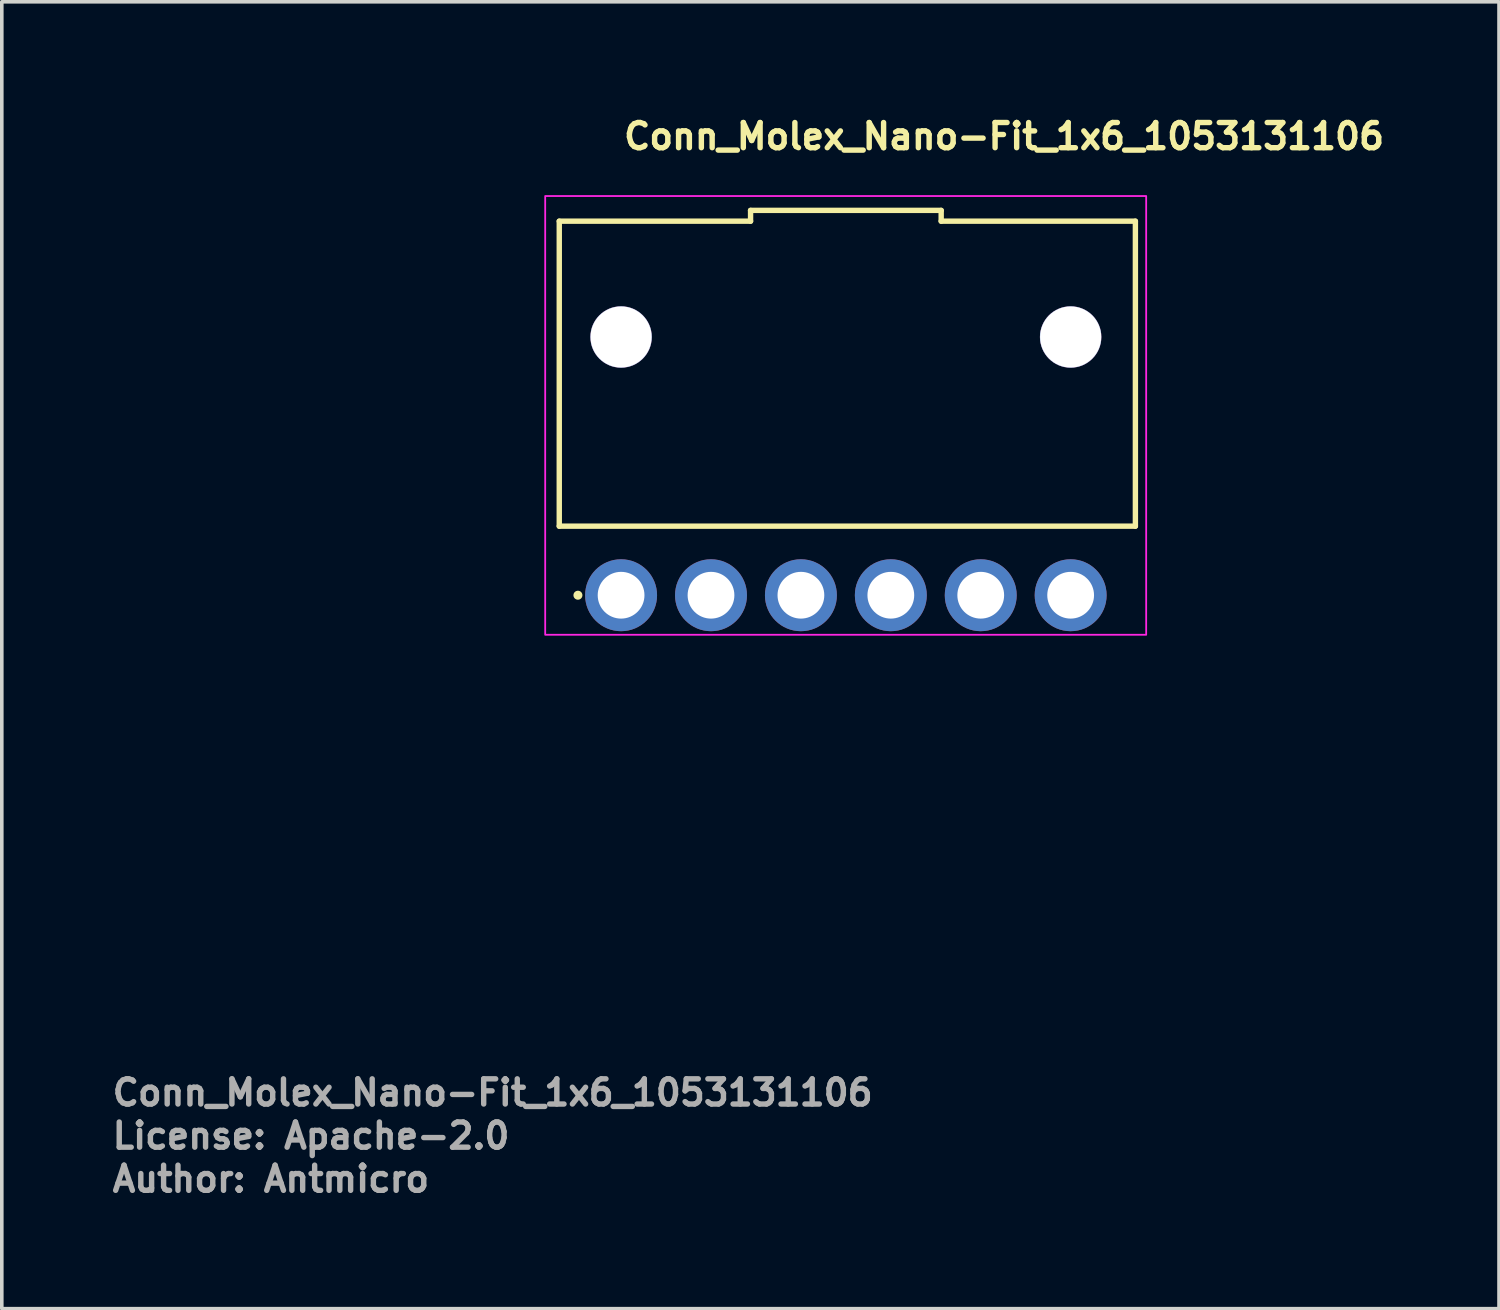
<source format=kicad_pcb>
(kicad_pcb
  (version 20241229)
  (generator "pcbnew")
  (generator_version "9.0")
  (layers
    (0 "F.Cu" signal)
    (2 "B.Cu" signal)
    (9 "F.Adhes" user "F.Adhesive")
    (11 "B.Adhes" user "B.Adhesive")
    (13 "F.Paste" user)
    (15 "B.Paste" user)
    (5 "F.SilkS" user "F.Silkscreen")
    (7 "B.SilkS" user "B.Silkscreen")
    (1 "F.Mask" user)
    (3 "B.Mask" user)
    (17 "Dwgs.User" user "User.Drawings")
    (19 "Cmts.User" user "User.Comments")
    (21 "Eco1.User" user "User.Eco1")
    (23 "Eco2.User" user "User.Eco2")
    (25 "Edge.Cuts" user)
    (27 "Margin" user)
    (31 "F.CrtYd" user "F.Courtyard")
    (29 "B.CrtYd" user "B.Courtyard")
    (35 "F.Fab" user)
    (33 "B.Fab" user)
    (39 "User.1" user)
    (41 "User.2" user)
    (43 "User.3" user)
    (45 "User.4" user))
  (footprint "Conn_Molex_Nano-Fit_1x6_1053131106"
    (layer "F.Cu")
    (at 14.219 13.5)
    (property "Reference" "Conn_Molex_Nano-Fit_1x6_1053131106" (at 0 -12.35 0) (layer "F.SilkS") (effects (font (size 0.7 0.7) (thickness 0.15)) (justify left bottom)))
    (attr through_hole)
    (fp_line (start -1.719 -1.92) (end -1.719 -10.4) (stroke (width 0.15) (type solid)) (layer "F.SilkS"))
    (fp_line (start 3.6 -10.7) (end 3.6 -10.4) (stroke (width 0.15) (type solid)) (layer "F.SilkS"))
    (fp_line (start 3.6 -10.4) (end -1.719 -10.4) (stroke (width 0.15) (type solid)) (layer "F.SilkS"))
    (fp_line (start 8.9 -10.7) (end 3.6 -10.7) (stroke (width 0.15) (type solid)) (layer "F.SilkS"))
    (fp_line (start 8.9 -10.7) (end 8.9 -10.4) (stroke (width 0.15) (type solid)) (layer "F.SilkS"))
    (fp_line (start 14.3 -10.4) (end 8.9 -10.4) (stroke (width 0.15) (type solid)) (layer "F.SilkS"))
    (fp_line (start 14.3 -1.92) (end -1.719 -1.92) (stroke (width 0.15) (type solid)) (layer "F.SilkS"))
    (fp_line (start 14.3 -1.92) (end 14.3 -10.4) (stroke (width 0.15) (type solid)) (layer "F.SilkS"))
    (fp_circle (center -1.2 0) (end -1.25 0) (stroke (width 0.15) (type solid)) (fill yes) (layer "F.SilkS"))
    (fp_rect (start 14.6 1.1) (end -2.11 -11.1) (stroke (width 0.05) (type solid)) (fill no) (layer "F.CrtYd"))
    (fp_rect (start 14.22 0.6) (end -1.72 -11.84) (stroke (width 0.1) (type solid)) (fill no) (layer "User.5"))
    (fp_line (start -1.72 -10.38) (end -1.72 -1.92) (stroke (width 0.02) (type solid)) (layer "User.9"))
    (fp_line (start -1.72 -1.92) (end 14.22 -1.92) (stroke (width 0.02) (type solid)) (layer "User.9"))
    (fp_line (start -0.599 0) (end -0.598 -0.038) (stroke (width 0.02) (type solid)) (layer "User.9"))
    (fp_line (start -0.599 0.03) (end -0.599 0) (stroke (width 0.02) (type solid)) (layer "User.9"))
    (fp_line (start -0.598 -0.038) (end -0.595 -0.076) (stroke (width 0.02) (type solid)) (layer "User.9"))
    (fp_line (start -0.596 0.061) (end -0.599 0.03) (stroke (width 0.02) (type solid)) (layer "User.9"))
    (fp_line (start -0.595 -0.076) (end -0.588 -0.114) (stroke (width 0.02) (type solid)) (layer "User.9"))
    (fp_line (start -0.593 0.091) (end -0.596 0.061) (stroke (width 0.02) (type solid)) (layer "User.9"))
    (fp_line (start -0.588 -0.114) (end -0.58 -0.151) (stroke (width 0.02) (type solid)) (layer "User.9"))
    (fp_line (start -0.587 0.12) (end -0.593 0.091) (stroke (width 0.02) (type solid)) (layer "User.9"))
    (fp_line (start -0.581 0.149) (end -0.587 0.12) (stroke (width 0.02) (type solid)) (layer "User.9"))
    (fp_line (start -0.58 -0.151) (end -0.569 -0.187) (stroke (width 0.02) (type solid)) (layer "User.9"))
    (fp_line (start -0.572 0.178) (end -0.581 0.149) (stroke (width 0.02) (type solid)) (layer "User.9"))
    (fp_line (start -0.569 -0.187) (end -0.556 -0.223) (stroke (width 0.02) (type solid)) (layer "User.9"))
    (fp_line (start -0.563 0.206) (end -0.572 0.178) (stroke (width 0.02) (type solid)) (layer "User.9"))
    (fp_line (start -0.556 -0.223) (end -0.541 -0.257) (stroke (width 0.02) (type solid)) (layer "User.9"))
    (fp_line (start -0.552 0.233) (end -0.563 0.206) (stroke (width 0.02) (type solid)) (layer "User.9"))
    (fp_line (start -0.541 -0.257) (end -0.524 -0.291) (stroke (width 0.02) (type solid)) (layer "User.9"))
    (fp_line (start -0.54 0.26) (end -0.552 0.233) (stroke (width 0.02) (type solid)) (layer "User.9"))
    (fp_line (start -0.527 0.285) (end -0.54 0.26) (stroke (width 0.02) (type solid)) (layer "User.9"))
    (fp_line (start -0.524 -0.291) (end -0.505 -0.323) (stroke (width 0.02) (type solid)) (layer "User.9"))
    (fp_line (start -0.513 0.31) (end -0.527 0.285) (stroke (width 0.02) (type solid)) (layer "User.9"))
    (fp_line (start -0.505 -0.323) (end -0.484 -0.354) (stroke (width 0.02) (type solid)) (layer "User.9"))
    (fp_line (start -0.497 0.335) (end -0.513 0.31) (stroke (width 0.02) (type solid)) (layer "User.9"))
    (fp_line (start -0.484 -0.354) (end -0.46 -0.384) (stroke (width 0.02) (type solid)) (layer "User.9"))
    (fp_line (start -0.48 0.358) (end -0.497 0.335) (stroke (width 0.02) (type solid)) (layer "User.9"))
    (fp_line (start -0.462 0.381) (end -0.48 0.358) (stroke (width 0.02) (type solid)) (layer "User.9"))
    (fp_line (start -0.46 -0.384) (end -0.435 -0.412) (stroke (width 0.02) (type solid)) (layer "User.9"))
    (fp_line (start -0.444 0.403) (end -0.462 0.381) (stroke (width 0.02) (type solid)) (layer "User.9"))
    (fp_line (start -0.435 -0.412) (end -0.408 -0.439) (stroke (width 0.02) (type solid)) (layer "User.9"))
    (fp_line (start -0.424 0.424) (end -0.444 0.403) (stroke (width 0.02) (type solid)) (layer "User.9"))
    (fp_line (start -0.408 -0.439) (end -0.38 -0.464) (stroke (width 0.02) (type solid)) (layer "User.9"))
    (fp_line (start -0.403 0.443) (end -0.424 0.424) (stroke (width 0.02) (type solid)) (layer "User.9"))
    (fp_line (start -0.381 0.462) (end -0.403 0.443) (stroke (width 0.02) (type solid)) (layer "User.9"))
    (fp_line (start -0.38 -0.464) (end -0.349 -0.487) (stroke (width 0.02) (type solid)) (layer "User.9"))
    (fp_line (start -0.358 0.48) (end -0.381 0.462) (stroke (width 0.02) (type solid)) (layer "User.9"))
    (fp_line (start -0.349 -0.487) (end -0.317 -0.509) (stroke (width 0.02) (type solid)) (layer "User.9"))
    (fp_line (start -0.335 0.497) (end -0.358 0.48) (stroke (width 0.02) (type solid)) (layer "User.9"))
    (fp_line (start -0.317 -0.617) (end -0.317 -1.92) (stroke (width 0.02) (type solid)) (layer "User.9"))
    (fp_line (start -0.317 0.043) (end -0.317 -0.617) (stroke (width 0.02) (type solid)) (layer "User.9"))
    (fp_line (start -0.317 0.043) (end -0.317 0.043) (stroke (width 0.02) (type solid)) (layer "User.9"))
    (fp_line (start -0.317 0.113) (end -0.317 0.043) (stroke (width 0.02) (type solid)) (layer "User.9"))
    (fp_line (start -0.317 0.113) (end -0.317 0.113) (stroke (width 0.02) (type solid)) (layer "User.9"))
    (fp_line (start -0.317 0.174) (end -0.317 0.113) (stroke (width 0.02) (type solid)) (layer "User.9"))
    (fp_line (start -0.317 0.174) (end -0.317 0.174) (stroke (width 0.02) (type solid)) (layer "User.9"))
    (fp_line (start -0.317 0.224) (end -0.317 0.174) (stroke (width 0.02) (type solid)) (layer "User.9"))
    (fp_line (start -0.317 0.224) (end -0.317 0.224) (stroke (width 0.02) (type solid)) (layer "User.9"))
    (fp_line (start -0.317 0.265) (end -0.317 0.224) (stroke (width 0.02) (type solid)) (layer "User.9"))
    (fp_line (start -0.317 0.265) (end -0.317 0.265) (stroke (width 0.02) (type solid)) (layer "User.9"))
    (fp_line (start -0.317 0.294) (end -0.317 0.265) (stroke (width 0.02) (type solid)) (layer "User.9"))
    (fp_line (start -0.317 0.294) (end -0.317 0.294) (stroke (width 0.02) (type solid)) (layer "User.9"))
    (fp_line (start -0.317 0.311) (end -0.317 0.294) (stroke (width 0.02) (type solid)) (layer "User.9"))
    (fp_line (start -0.317 0.311) (end -0.317 0.311) (stroke (width 0.02) (type solid)) (layer "User.9"))
    (fp_line (start -0.317 0.317) (end -0.317 0.311) (stroke (width 0.02) (type solid)) (layer "User.9"))
    (fp_line (start -0.311 0.512) (end -0.335 0.497) (stroke (width 0.02) (type solid)) (layer "User.9"))
    (fp_line (start -0.285 0.527) (end -0.311 0.512) (stroke (width 0.02) (type solid)) (layer "User.9"))
    (fp_line (start -0.26 0.54) (end -0.285 0.527) (stroke (width 0.02) (type solid)) (layer "User.9"))
    (fp_line (start -0.233 0.552) (end -0.26 0.54) (stroke (width 0.02) (type solid)) (layer "User.9"))
    (fp_line (start -0.206 0.563) (end -0.233 0.552) (stroke (width 0.02) (type solid)) (layer "User.9"))
    (fp_line (start -0.178 0.572) (end -0.206 0.563) (stroke (width 0.02) (type solid)) (layer "User.9"))
    (fp_line (start -0.149 0.58) (end -0.178 0.572) (stroke (width 0.02) (type solid)) (layer "User.9"))
    (fp_line (start -0.12 0.587) (end -0.149 0.58) (stroke (width 0.02) (type solid)) (layer "User.9"))
    (fp_line (start -0.091 0.592) (end -0.12 0.587) (stroke (width 0.02) (type solid)) (layer "User.9"))
    (fp_line (start -0.061 0.596) (end -0.091 0.592) (stroke (width 0.02) (type solid)) (layer "User.9"))
    (fp_line (start -0.03 0.598) (end -0.061 0.596) (stroke (width 0.02) (type solid)) (layer "User.9"))
    (fp_line (start 0 0.599) (end -0.03 0.598) (stroke (width 0.02) (type solid)) (layer "User.9"))
    (fp_line (start 0 0.599) (end 0 0.599) (stroke (width 0.02) (type solid)) (layer "User.9"))
    (fp_line (start 0.031 0.598) (end 0 0.599) (stroke (width 0.02) (type solid)) (layer "User.9"))
    (fp_line (start 0.062 0.596) (end 0.031 0.598) (stroke (width 0.02) (type solid)) (layer "User.9"))
    (fp_line (start 0.092 0.592) (end 0.062 0.596) (stroke (width 0.02) (type solid)) (layer "User.9"))
    (fp_line (start 0.121 0.587) (end 0.092 0.592) (stroke (width 0.02) (type solid)) (layer "User.9"))
    (fp_line (start 0.15 0.58) (end 0.121 0.587) (stroke (width 0.02) (type solid)) (layer "User.9"))
    (fp_line (start 0.179 0.572) (end 0.15 0.58) (stroke (width 0.02) (type solid)) (layer "User.9"))
    (fp_line (start 0.207 0.563) (end 0.179 0.572) (stroke (width 0.02) (type solid)) (layer "User.9"))
    (fp_line (start 0.234 0.552) (end 0.207 0.563) (stroke (width 0.02) (type solid)) (layer "User.9"))
    (fp_line (start 0.261 0.54) (end 0.234 0.552) (stroke (width 0.02) (type solid)) (layer "User.9"))
    (fp_line (start 0.286 0.527) (end 0.261 0.54) (stroke (width 0.02) (type solid)) (layer "User.9"))
    (fp_line (start 0.312 0.512) (end 0.286 0.527) (stroke (width 0.02) (type solid)) (layer "User.9"))
    (fp_line (start 0.318 -0.617) (end 0.318 -1.92) (stroke (width 0.02) (type solid)) (layer "User.9"))
    (fp_line (start 0.318 -0.509) (end 0.334 -0.498) (stroke (width 0.02) (type solid)) (layer "User.9"))
    (fp_line (start 0.318 0.043) (end 0.318 -0.617) (stroke (width 0.02) (type solid)) (layer "User.9"))
    (fp_line (start 0.318 0.043) (end 0.318 0.043) (stroke (width 0.02) (type solid)) (layer "User.9"))
    (fp_line (start 0.318 0.113) (end 0.318 0.043) (stroke (width 0.02) (type solid)) (layer "User.9"))
    (fp_line (start 0.318 0.113) (end 0.318 0.113) (stroke (width 0.02) (type solid)) (layer "User.9"))
    (fp_line (start 0.318 0.174) (end 0.318 0.113) (stroke (width 0.02) (type solid)) (layer "User.9"))
    (fp_line (start 0.318 0.174) (end 0.318 0.174) (stroke (width 0.02) (type solid)) (layer "User.9"))
    (fp_line (start 0.318 0.224) (end 0.318 0.174) (stroke (width 0.02) (type solid)) (layer "User.9"))
    (fp_line (start 0.318 0.224) (end 0.318 0.224) (stroke (width 0.02) (type solid)) (layer "User.9"))
    (fp_line (start 0.318 0.265) (end 0.318 0.224) (stroke (width 0.02) (type solid)) (layer "User.9"))
    (fp_line (start 0.318 0.265) (end 0.318 0.265) (stroke (width 0.02) (type solid)) (layer "User.9"))
    (fp_line (start 0.318 0.294) (end 0.318 0.265) (stroke (width 0.02) (type solid)) (layer "User.9"))
    (fp_line (start 0.318 0.294) (end 0.318 0.294) (stroke (width 0.02) (type solid)) (layer "User.9"))
    (fp_line (start 0.318 0.311) (end 0.318 0.294) (stroke (width 0.02) (type solid)) (layer "User.9"))
    (fp_line (start 0.318 0.311) (end 0.318 0.311) (stroke (width 0.02) (type solid)) (layer "User.9"))
    (fp_line (start 0.318 0.317) (end -0.317 0.317) (stroke (width 0.02) (type solid)) (layer "User.9"))
    (fp_line (start 0.318 0.317) (end 0.318 0.311) (stroke (width 0.02) (type solid)) (layer "User.9"))
    (fp_line (start 0.334 -0.498) (end 0.35 -0.487) (stroke (width 0.02) (type solid)) (layer "User.9"))
    (fp_line (start 0.336 0.497) (end 0.312 0.512) (stroke (width 0.02) (type solid)) (layer "User.9"))
    (fp_line (start 0.35 -0.487) (end 0.366 -0.476) (stroke (width 0.02) (type solid)) (layer "User.9"))
    (fp_line (start 0.359 0.48) (end 0.336 0.497) (stroke (width 0.02) (type solid)) (layer "User.9"))
    (fp_line (start 0.366 -0.476) (end 0.381 -0.464) (stroke (width 0.02) (type solid)) (layer "User.9"))
    (fp_line (start 0.381 -0.464) (end 0.395 -0.451) (stroke (width 0.02) (type solid)) (layer "User.9"))
    (fp_line (start 0.382 0.462) (end 0.359 0.48) (stroke (width 0.02) (type solid)) (layer "User.9"))
    (fp_line (start 0.395 -0.451) (end 0.409 -0.439) (stroke (width 0.02) (type solid)) (layer "User.9"))
    (fp_line (start 0.404 0.443) (end 0.382 0.462) (stroke (width 0.02) (type solid)) (layer "User.9"))
    (fp_line (start 0.409 -0.439) (end 0.436 -0.412) (stroke (width 0.02) (type solid)) (layer "User.9"))
    (fp_line (start 0.425 0.424) (end 0.404 0.443) (stroke (width 0.02) (type solid)) (layer "User.9"))
    (fp_line (start 0.436 -0.412) (end 0.461 -0.384) (stroke (width 0.02) (type solid)) (layer "User.9"))
    (fp_line (start 0.445 0.403) (end 0.425 0.424) (stroke (width 0.02) (type solid)) (layer "User.9"))
    (fp_line (start 0.461 -0.384) (end 0.485 -0.354) (stroke (width 0.02) (type solid)) (layer "User.9"))
    (fp_line (start 0.463 0.381) (end 0.445 0.403) (stroke (width 0.02) (type solid)) (layer "User.9"))
    (fp_line (start 0.481 0.358) (end 0.463 0.381) (stroke (width 0.02) (type solid)) (layer "User.9"))
    (fp_line (start 0.485 -0.354) (end 0.506 -0.323) (stroke (width 0.02) (type solid)) (layer "User.9"))
    (fp_line (start 0.498 0.335) (end 0.481 0.358) (stroke (width 0.02) (type solid)) (layer "User.9"))
    (fp_line (start 0.506 -0.323) (end 0.525 -0.291) (stroke (width 0.02) (type solid)) (layer "User.9"))
    (fp_line (start 0.514 0.31) (end 0.498 0.335) (stroke (width 0.02) (type solid)) (layer "User.9"))
    (fp_line (start 0.525 -0.291) (end 0.542 -0.257) (stroke (width 0.02) (type solid)) (layer "User.9"))
    (fp_line (start 0.528 0.285) (end 0.514 0.31) (stroke (width 0.02) (type solid)) (layer "User.9"))
    (fp_line (start 0.541 0.26) (end 0.528 0.285) (stroke (width 0.02) (type solid)) (layer "User.9"))
    (fp_line (start 0.542 -0.257) (end 0.557 -0.223) (stroke (width 0.02) (type solid)) (layer "User.9"))
    (fp_line (start 0.553 0.233) (end 0.541 0.26) (stroke (width 0.02) (type solid)) (layer "User.9"))
    (fp_line (start 0.557 -0.223) (end 0.57 -0.187) (stroke (width 0.02) (type solid)) (layer "User.9"))
    (fp_line (start 0.564 0.206) (end 0.553 0.233) (stroke (width 0.02) (type solid)) (layer "User.9"))
    (fp_line (start 0.57 -0.187) (end 0.581 -0.151) (stroke (width 0.02) (type solid)) (layer "User.9"))
    (fp_line (start 0.573 0.178) (end 0.564 0.206) (stroke (width 0.02) (type solid)) (layer "User.9"))
    (fp_line (start 0.581 -0.151) (end 0.589 -0.114) (stroke (width 0.02) (type solid)) (layer "User.9"))
    (fp_line (start 0.582 0.149) (end 0.573 0.178) (stroke (width 0.02) (type solid)) (layer "User.9"))
    (fp_line (start 0.588 0.12) (end 0.582 0.149) (stroke (width 0.02) (type solid)) (layer "User.9"))
    (fp_line (start 0.589 -0.114) (end 0.593 -0.095) (stroke (width 0.02) (type solid)) (layer "User.9"))
    (fp_line (start 0.593 -0.095) (end 0.596 -0.076) (stroke (width 0.02) (type solid)) (layer "User.9"))
    (fp_line (start 0.594 0.091) (end 0.588 0.12) (stroke (width 0.02) (type solid)) (layer "User.9"))
    (fp_line (start 0.596 -0.076) (end 0.598 -0.057) (stroke (width 0.02) (type solid)) (layer "User.9"))
    (fp_line (start 0.597 0.061) (end 0.594 0.091) (stroke (width 0.02) (type solid)) (layer "User.9"))
    (fp_line (start 0.598 -0.057) (end 0.599 -0.038) (stroke (width 0.02) (type solid)) (layer "User.9"))
    (fp_line (start 0.599 -0.038) (end 0.6 -0.019) (stroke (width 0.02) (type solid)) (layer "User.9"))
    (fp_line (start 0.6 -0.019) (end 0.6 0) (stroke (width 0.02) (type solid)) (layer "User.9"))
    (fp_line (start 0.6 0) (end 0.6 0.03) (stroke (width 0.02) (type solid)) (layer "User.9"))
    (fp_line (start 0.6 0.03) (end 0.597 0.061) (stroke (width 0.02) (type solid)) (layer "User.9"))
    (fp_line (start 1.9 0) (end 1.902 -0.038) (stroke (width 0.02) (type solid)) (layer "User.9"))
    (fp_line (start 1.901 0.03) (end 1.9 0) (stroke (width 0.02) (type solid)) (layer "User.9"))
    (fp_line (start 1.902 -0.038) (end 1.905 -0.076) (stroke (width 0.02) (type solid)) (layer "User.9"))
    (fp_line (start 1.904 0.061) (end 1.901 0.03) (stroke (width 0.02) (type solid)) (layer "User.9"))
    (fp_line (start 1.905 -0.076) (end 1.912 -0.114) (stroke (width 0.02) (type solid)) (layer "User.9"))
    (fp_line (start 1.907 0.091) (end 1.904 0.061) (stroke (width 0.02) (type solid)) (layer "User.9"))
    (fp_line (start 1.912 -0.114) (end 1.92 -0.151) (stroke (width 0.02) (type solid)) (layer "User.9"))
    (fp_line (start 1.913 0.12) (end 1.907 0.091) (stroke (width 0.02) (type solid)) (layer "User.9"))
    (fp_line (start 1.919 0.149) (end 1.913 0.12) (stroke (width 0.02) (type solid)) (layer "User.9"))
    (fp_line (start 1.92 -0.151) (end 1.931 -0.187) (stroke (width 0.02) (type solid)) (layer "User.9"))
    (fp_line (start 1.928 0.178) (end 1.919 0.149) (stroke (width 0.02) (type solid)) (layer "User.9"))
    (fp_line (start 1.931 -0.187) (end 1.944 -0.223) (stroke (width 0.02) (type solid)) (layer "User.9"))
    (fp_line (start 1.937 0.206) (end 1.928 0.178) (stroke (width 0.02) (type solid)) (layer "User.9"))
    (fp_line (start 1.944 -0.223) (end 1.959 -0.257) (stroke (width 0.02) (type solid)) (layer "User.9"))
    (fp_line (start 1.948 0.233) (end 1.937 0.206) (stroke (width 0.02) (type solid)) (layer "User.9"))
    (fp_line (start 1.959 -0.257) (end 1.976 -0.291) (stroke (width 0.02) (type solid)) (layer "User.9"))
    (fp_line (start 1.96 0.26) (end 1.948 0.233) (stroke (width 0.02) (type solid)) (layer "User.9"))
    (fp_line (start 1.973 0.285) (end 1.96 0.26) (stroke (width 0.02) (type solid)) (layer "User.9"))
    (fp_line (start 1.976 -0.291) (end 1.995 -0.323) (stroke (width 0.02) (type solid)) (layer "User.9"))
    (fp_line (start 1.987 0.31) (end 1.973 0.285) (stroke (width 0.02) (type solid)) (layer "User.9"))
    (fp_line (start 1.995 -0.323) (end 2.016 -0.354) (stroke (width 0.02) (type solid)) (layer "User.9"))
    (fp_line (start 2.003 0.335) (end 1.987 0.31) (stroke (width 0.02) (type solid)) (layer "User.9"))
    (fp_line (start 2.016 -0.354) (end 2.04 -0.384) (stroke (width 0.02) (type solid)) (layer "User.9"))
    (fp_line (start 2.02 0.358) (end 2.003 0.335) (stroke (width 0.02) (type solid)) (layer "User.9"))
    (fp_line (start 2.038 0.381) (end 2.02 0.358) (stroke (width 0.02) (type solid)) (layer "User.9"))
    (fp_line (start 2.04 -0.384) (end 2.065 -0.412) (stroke (width 0.02) (type solid)) (layer "User.9"))
    (fp_line (start 2.056 0.403) (end 2.038 0.381) (stroke (width 0.02) (type solid)) (layer "User.9"))
    (fp_line (start 2.065 -0.412) (end 2.092 -0.439) (stroke (width 0.02) (type solid)) (layer "User.9"))
    (fp_line (start 2.076 0.424) (end 2.056 0.403) (stroke (width 0.02) (type solid)) (layer "User.9"))
    (fp_line (start 2.092 -0.439) (end 2.12 -0.464) (stroke (width 0.02) (type solid)) (layer "User.9"))
    (fp_line (start 2.097 0.443) (end 2.076 0.424) (stroke (width 0.02) (type solid)) (layer "User.9"))
    (fp_line (start 2.119 0.462) (end 2.097 0.443) (stroke (width 0.02) (type solid)) (layer "User.9"))
    (fp_line (start 2.12 -0.464) (end 2.151 -0.487) (stroke (width 0.02) (type solid)) (layer "User.9"))
    (fp_line (start 2.142 0.48) (end 2.119 0.462) (stroke (width 0.02) (type solid)) (layer "User.9"))
    (fp_line (start 2.151 -0.487) (end 2.183 -0.509) (stroke (width 0.02) (type solid)) (layer "User.9"))
    (fp_line (start 2.165 0.497) (end 2.142 0.48) (stroke (width 0.02) (type solid)) (layer "User.9"))
    (fp_line (start 2.183 -0.617) (end 2.183 -1.92) (stroke (width 0.02) (type solid)) (layer "User.9"))
    (fp_line (start 2.183 0.043) (end 2.183 -0.617) (stroke (width 0.02) (type solid)) (layer "User.9"))
    (fp_line (start 2.183 0.043) (end 2.183 0.043) (stroke (width 0.02) (type solid)) (layer "User.9"))
    (fp_line (start 2.183 0.113) (end 2.183 0.043) (stroke (width 0.02) (type solid)) (layer "User.9"))
    (fp_line (start 2.183 0.113) (end 2.183 0.113) (stroke (width 0.02) (type solid)) (layer "User.9"))
    (fp_line (start 2.183 0.174) (end 2.183 0.113) (stroke (width 0.02) (type solid)) (layer "User.9"))
    (fp_line (start 2.183 0.174) (end 2.183 0.174) (stroke (width 0.02) (type solid)) (layer "User.9"))
    (fp_line (start 2.183 0.224) (end 2.183 0.174) (stroke (width 0.02) (type solid)) (layer "User.9"))
    (fp_line (start 2.183 0.224) (end 2.183 0.224) (stroke (width 0.02) (type solid)) (layer "User.9"))
    (fp_line (start 2.183 0.265) (end 2.183 0.224) (stroke (width 0.02) (type solid)) (layer "User.9"))
    (fp_line (start 2.183 0.265) (end 2.183 0.265) (stroke (width 0.02) (type solid)) (layer "User.9"))
    (fp_line (start 2.183 0.294) (end 2.183 0.265) (stroke (width 0.02) (type solid)) (layer "User.9"))
    (fp_line (start 2.183 0.294) (end 2.183 0.294) (stroke (width 0.02) (type solid)) (layer "User.9"))
    (fp_line (start 2.183 0.311) (end 2.183 0.294) (stroke (width 0.02) (type solid)) (layer "User.9"))
    (fp_line (start 2.183 0.311) (end 2.183 0.311) (stroke (width 0.02) (type solid)) (layer "User.9"))
    (fp_line (start 2.183 0.317) (end 2.183 0.311) (stroke (width 0.02) (type solid)) (layer "User.9"))
    (fp_line (start 2.189 0.512) (end 2.165 0.497) (stroke (width 0.02) (type solid)) (layer "User.9"))
    (fp_line (start 2.215 0.527) (end 2.189 0.512) (stroke (width 0.02) (type solid)) (layer "User.9"))
    (fp_line (start 2.241 0.54) (end 2.215 0.527) (stroke (width 0.02) (type solid)) (layer "User.9"))
    (fp_line (start 2.267 0.552) (end 2.241 0.54) (stroke (width 0.02) (type solid)) (layer "User.9"))
    (fp_line (start 2.294 0.563) (end 2.267 0.552) (stroke (width 0.02) (type solid)) (layer "User.9"))
    (fp_line (start 2.322 0.572) (end 2.294 0.563) (stroke (width 0.02) (type solid)) (layer "User.9"))
    (fp_line (start 2.351 0.58) (end 2.322 0.572) (stroke (width 0.02) (type solid)) (layer "User.9"))
    (fp_line (start 2.38 0.587) (end 2.351 0.58) (stroke (width 0.02) (type solid)) (layer "User.9"))
    (fp_line (start 2.409 0.592) (end 2.38 0.587) (stroke (width 0.02) (type solid)) (layer "User.9"))
    (fp_line (start 2.439 0.596) (end 2.409 0.592) (stroke (width 0.02) (type solid)) (layer "User.9"))
    (fp_line (start 2.47 0.598) (end 2.439 0.596) (stroke (width 0.02) (type solid)) (layer "User.9"))
    (fp_line (start 2.5 0.599) (end 2.47 0.598) (stroke (width 0.02) (type solid)) (layer "User.9"))
    (fp_line (start 2.5 0.599) (end 2.5 0.599) (stroke (width 0.02) (type solid)) (layer "User.9"))
    (fp_line (start 2.531 0.598) (end 2.5 0.599) (stroke (width 0.02) (type solid)) (layer "User.9"))
    (fp_line (start 2.562 0.596) (end 2.531 0.598) (stroke (width 0.02) (type solid)) (layer "User.9"))
    (fp_line (start 2.592 0.592) (end 2.562 0.596) (stroke (width 0.02) (type solid)) (layer "User.9"))
    (fp_line (start 2.621 0.587) (end 2.592 0.592) (stroke (width 0.02) (type solid)) (layer "User.9"))
    (fp_line (start 2.65 0.58) (end 2.621 0.587) (stroke (width 0.02) (type solid)) (layer "User.9"))
    (fp_line (start 2.679 0.572) (end 2.65 0.58) (stroke (width 0.02) (type solid)) (layer "User.9"))
    (fp_line (start 2.707 0.563) (end 2.679 0.572) (stroke (width 0.02) (type solid)) (layer "User.9"))
    (fp_line (start 2.734 0.552) (end 2.707 0.563) (stroke (width 0.02) (type solid)) (layer "User.9"))
    (fp_line (start 2.761 0.54) (end 2.734 0.552) (stroke (width 0.02) (type solid)) (layer "User.9"))
    (fp_line (start 2.786 0.527) (end 2.761 0.54) (stroke (width 0.02) (type solid)) (layer "User.9"))
    (fp_line (start 2.812 0.512) (end 2.786 0.527) (stroke (width 0.02) (type solid)) (layer "User.9"))
    (fp_line (start 2.818 -0.617) (end 2.818 -1.92) (stroke (width 0.02) (type solid)) (layer "User.9"))
    (fp_line (start 2.818 -0.509) (end 2.834 -0.498) (stroke (width 0.02) (type solid)) (layer "User.9"))
    (fp_line (start 2.818 0.043) (end 2.818 -0.617) (stroke (width 0.02) (type solid)) (layer "User.9"))
    (fp_line (start 2.818 0.043) (end 2.818 0.043) (stroke (width 0.02) (type solid)) (layer "User.9"))
    (fp_line (start 2.818 0.113) (end 2.818 0.043) (stroke (width 0.02) (type solid)) (layer "User.9"))
    (fp_line (start 2.818 0.113) (end 2.818 0.113) (stroke (width 0.02) (type solid)) (layer "User.9"))
    (fp_line (start 2.818 0.174) (end 2.818 0.113) (stroke (width 0.02) (type solid)) (layer "User.9"))
    (fp_line (start 2.818 0.174) (end 2.818 0.174) (stroke (width 0.02) (type solid)) (layer "User.9"))
    (fp_line (start 2.818 0.224) (end 2.818 0.174) (stroke (width 0.02) (type solid)) (layer "User.9"))
    (fp_line (start 2.818 0.224) (end 2.818 0.224) (stroke (width 0.02) (type solid)) (layer "User.9"))
    (fp_line (start 2.818 0.265) (end 2.818 0.224) (stroke (width 0.02) (type solid)) (layer "User.9"))
    (fp_line (start 2.818 0.265) (end 2.818 0.265) (stroke (width 0.02) (type solid)) (layer "User.9"))
    (fp_line (start 2.818 0.294) (end 2.818 0.265) (stroke (width 0.02) (type solid)) (layer "User.9"))
    (fp_line (start 2.818 0.294) (end 2.818 0.294) (stroke (width 0.02) (type solid)) (layer "User.9"))
    (fp_line (start 2.818 0.311) (end 2.818 0.294) (stroke (width 0.02) (type solid)) (layer "User.9"))
    (fp_line (start 2.818 0.311) (end 2.818 0.311) (stroke (width 0.02) (type solid)) (layer "User.9"))
    (fp_line (start 2.818 0.317) (end 2.183 0.317) (stroke (width 0.02) (type solid)) (layer "User.9"))
    (fp_line (start 2.818 0.317) (end 2.818 0.311) (stroke (width 0.02) (type solid)) (layer "User.9"))
    (fp_line (start 2.834 -0.498) (end 2.85 -0.487) (stroke (width 0.02) (type solid)) (layer "User.9"))
    (fp_line (start 2.836 0.497) (end 2.812 0.512) (stroke (width 0.02) (type solid)) (layer "User.9"))
    (fp_line (start 2.85 -0.487) (end 2.866 -0.476) (stroke (width 0.02) (type solid)) (layer "User.9"))
    (fp_line (start 2.859 0.48) (end 2.836 0.497) (stroke (width 0.02) (type solid)) (layer "User.9"))
    (fp_line (start 2.866 -0.476) (end 2.881 -0.464) (stroke (width 0.02) (type solid)) (layer "User.9"))
    (fp_line (start 2.881 -0.464) (end 2.895 -0.451) (stroke (width 0.02) (type solid)) (layer "User.9"))
    (fp_line (start 2.882 0.462) (end 2.859 0.48) (stroke (width 0.02) (type solid)) (layer "User.9"))
    (fp_line (start 2.895 -0.451) (end 2.909 -0.439) (stroke (width 0.02) (type solid)) (layer "User.9"))
    (fp_line (start 2.904 0.443) (end 2.882 0.462) (stroke (width 0.02) (type solid)) (layer "User.9"))
    (fp_line (start 2.909 -0.439) (end 2.936 -0.412) (stroke (width 0.02) (type solid)) (layer "User.9"))
    (fp_line (start 2.925 0.424) (end 2.904 0.443) (stroke (width 0.02) (type solid)) (layer "User.9"))
    (fp_line (start 2.936 -0.412) (end 2.961 -0.384) (stroke (width 0.02) (type solid)) (layer "User.9"))
    (fp_line (start 2.945 0.403) (end 2.925 0.424) (stroke (width 0.02) (type solid)) (layer "User.9"))
    (fp_line (start 2.961 -0.384) (end 2.985 -0.354) (stroke (width 0.02) (type solid)) (layer "User.9"))
    (fp_line (start 2.963 0.381) (end 2.945 0.403) (stroke (width 0.02) (type solid)) (layer "User.9"))
    (fp_line (start 2.981 0.358) (end 2.963 0.381) (stroke (width 0.02) (type solid)) (layer "User.9"))
    (fp_line (start 2.985 -0.354) (end 3.006 -0.323) (stroke (width 0.02) (type solid)) (layer "User.9"))
    (fp_line (start 2.998 0.335) (end 2.981 0.358) (stroke (width 0.02) (type solid)) (layer "User.9"))
    (fp_line (start 3.006 -0.323) (end 3.025 -0.291) (stroke (width 0.02) (type solid)) (layer "User.9"))
    (fp_line (start 3.014 0.31) (end 2.998 0.335) (stroke (width 0.02) (type solid)) (layer "User.9"))
    (fp_line (start 3.025 -0.291) (end 3.042 -0.257) (stroke (width 0.02) (type solid)) (layer "User.9"))
    (fp_line (start 3.028 0.285) (end 3.014 0.31) (stroke (width 0.02) (type solid)) (layer "User.9"))
    (fp_line (start 3.041 0.26) (end 3.028 0.285) (stroke (width 0.02) (type solid)) (layer "User.9"))
    (fp_line (start 3.042 -0.257) (end 3.057 -0.223) (stroke (width 0.02) (type solid)) (layer "User.9"))
    (fp_line (start 3.053 0.233) (end 3.041 0.26) (stroke (width 0.02) (type solid)) (layer "User.9"))
    (fp_line (start 3.057 -0.223) (end 3.07 -0.187) (stroke (width 0.02) (type solid)) (layer "User.9"))
    (fp_line (start 3.064 0.206) (end 3.053 0.233) (stroke (width 0.02) (type solid)) (layer "User.9"))
    (fp_line (start 3.07 -0.187) (end 3.081 -0.151) (stroke (width 0.02) (type solid)) (layer "User.9"))
    (fp_line (start 3.073 0.178) (end 3.064 0.206) (stroke (width 0.02) (type solid)) (layer "User.9"))
    (fp_line (start 3.081 -0.151) (end 3.089 -0.114) (stroke (width 0.02) (type solid)) (layer "User.9"))
    (fp_line (start 3.082 0.149) (end 3.073 0.178) (stroke (width 0.02) (type solid)) (layer "User.9"))
    (fp_line (start 3.088 0.12) (end 3.082 0.149) (stroke (width 0.02) (type solid)) (layer "User.9"))
    (fp_line (start 3.089 -0.114) (end 3.093 -0.095) (stroke (width 0.02) (type solid)) (layer "User.9"))
    (fp_line (start 3.093 -0.095) (end 3.096 -0.076) (stroke (width 0.02) (type solid)) (layer "User.9"))
    (fp_line (start 3.094 0.091) (end 3.088 0.12) (stroke (width 0.02) (type solid)) (layer "User.9"))
    (fp_line (start 3.096 -0.076) (end 3.098 -0.057) (stroke (width 0.02) (type solid)) (layer "User.9"))
    (fp_line (start 3.097 0.061) (end 3.094 0.091) (stroke (width 0.02) (type solid)) (layer "User.9"))
    (fp_line (start 3.098 -0.057) (end 3.099 -0.038) (stroke (width 0.02) (type solid)) (layer "User.9"))
    (fp_line (start 3.099 -0.038) (end 3.1 -0.019) (stroke (width 0.02) (type solid)) (layer "User.9"))
    (fp_line (start 3.1 -0.019) (end 3.1 0) (stroke (width 0.02) (type solid)) (layer "User.9"))
    (fp_line (start 3.1 0) (end 3.1 0.03) (stroke (width 0.02) (type solid)) (layer "User.9"))
    (fp_line (start 3.1 0.03) (end 3.097 0.061) (stroke (width 0.02) (type solid)) (layer "User.9"))
    (fp_line (start 3.65 -11.84) (end 3.9 -11.84) (stroke (width 0.02) (type solid)) (layer "User.9"))
    (fp_line (start 3.65 -10.38) (end -1.72 -10.38) (stroke (width 0.02) (type solid)) (layer "User.9"))
    (fp_line (start 3.65 -5.63) (end 3.65 -11.84) (stroke (width 0.02) (type solid)) (layer "User.9"))
    (fp_line (start 3.65 -5.63) (end 3.651 -5.617) (stroke (width 0.02) (type solid)) (layer "User.9"))
    (fp_line (start 3.65 -5.63) (end 3.9 -5.63) (stroke (width 0.02) (type solid)) (layer "User.9"))
    (fp_line (start 3.651 -5.617) (end 3.652 -5.605) (stroke (width 0.02) (type solid)) (layer "User.9"))
    (fp_line (start 3.652 -5.605) (end 3.653 -5.593) (stroke (width 0.02) (type solid)) (layer "User.9"))
    (fp_line (start 3.653 -5.593) (end 3.655 -5.581) (stroke (width 0.02) (type solid)) (layer "User.9"))
    (fp_line (start 3.655 -5.581) (end 3.658 -5.569) (stroke (width 0.02) (type solid)) (layer "User.9"))
    (fp_line (start 3.658 -5.569) (end 3.661 -5.557) (stroke (width 0.02) (type solid)) (layer "User.9"))
    (fp_line (start 3.661 -5.557) (end 3.665 -5.545) (stroke (width 0.02) (type solid)) (layer "User.9"))
    (fp_line (start 3.665 -5.545) (end 3.67 -5.534) (stroke (width 0.02) (type solid)) (layer "User.9"))
    (fp_line (start 3.67 -5.534) (end 3.674 -5.523) (stroke (width 0.02) (type solid)) (layer "User.9"))
    (fp_line (start 3.674 -5.523) (end 3.68 -5.512) (stroke (width 0.02) (type solid)) (layer "User.9"))
    (fp_line (start 3.68 -5.512) (end 3.686 -5.501) (stroke (width 0.02) (type solid)) (layer "User.9"))
    (fp_line (start 3.686 -5.501) (end 3.693 -5.491) (stroke (width 0.02) (type solid)) (layer "User.9"))
    (fp_line (start 3.693 -5.491) (end 3.7 -5.481) (stroke (width 0.02) (type solid)) (layer "User.9"))
    (fp_line (start 3.7 -5.481) (end 3.707 -5.471) (stroke (width 0.02) (type solid)) (layer "User.9"))
    (fp_line (start 3.707 -5.471) (end 3.715 -5.462) (stroke (width 0.02) (type solid)) (layer "User.9"))
    (fp_line (start 3.715 -5.462) (end 3.724 -5.453) (stroke (width 0.02) (type solid)) (layer "User.9"))
    (fp_line (start 3.724 -5.453) (end 3.724 -5.453) (stroke (width 0.02) (type solid)) (layer "User.9"))
    (fp_line (start 3.724 -5.453) (end 3.733 -5.444) (stroke (width 0.02) (type solid)) (layer "User.9"))
    (fp_line (start 3.733 -5.444) (end 3.742 -5.436) (stroke (width 0.02) (type solid)) (layer "User.9"))
    (fp_line (start 3.742 -5.436) (end 3.752 -5.429) (stroke (width 0.02) (type solid)) (layer "User.9"))
    (fp_line (start 3.752 -5.429) (end 3.762 -5.422) (stroke (width 0.02) (type solid)) (layer "User.9"))
    (fp_line (start 3.762 -5.422) (end 3.772 -5.415) (stroke (width 0.02) (type solid)) (layer "User.9"))
    (fp_line (start 3.772 -5.415) (end 3.783 -5.409) (stroke (width 0.02) (type solid)) (layer "User.9"))
    (fp_line (start 3.783 -5.409) (end 3.794 -5.403) (stroke (width 0.02) (type solid)) (layer "User.9"))
    (fp_line (start 3.794 -5.403) (end 3.805 -5.399) (stroke (width 0.02) (type solid)) (layer "User.9"))
    (fp_line (start 3.805 -5.399) (end 3.816 -5.394) (stroke (width 0.02) (type solid)) (layer "User.9"))
    (fp_line (start 3.816 -5.394) (end 3.828 -5.39) (stroke (width 0.02) (type solid)) (layer "User.9"))
    (fp_line (start 3.828 -5.39) (end 3.84 -5.387) (stroke (width 0.02) (type solid)) (layer "User.9"))
    (fp_line (start 3.84 -5.387) (end 3.851 -5.384) (stroke (width 0.02) (type solid)) (layer "User.9"))
    (fp_line (start 3.851 -5.384) (end 3.864 -5.382) (stroke (width 0.02) (type solid)) (layer "User.9"))
    (fp_line (start 3.864 -5.382) (end 3.876 -5.381) (stroke (width 0.02) (type solid)) (layer "User.9"))
    (fp_line (start 3.876 -5.381) (end 3.888 -5.38) (stroke (width 0.02) (type solid)) (layer "User.9"))
    (fp_line (start 3.888 -5.38) (end 3.9 -5.38) (stroke (width 0.02) (type solid)) (layer "User.9"))
    (fp_line (start 4.4 0) (end 4.402 -0.038) (stroke (width 0.02) (type solid)) (layer "User.9"))
    (fp_line (start 4.401 0.02) (end 4.4 0) (stroke (width 0.02) (type solid)) (layer "User.9"))
    (fp_line (start 4.402 -0.038) (end 4.405 -0.076) (stroke (width 0.02) (type solid)) (layer "User.9"))
    (fp_line (start 4.402 0.039) (end 4.401 0.02) (stroke (width 0.02) (type solid)) (layer "User.9"))
    (fp_line (start 4.403 0.059) (end 4.402 0.039) (stroke (width 0.02) (type solid)) (layer "User.9"))
    (fp_line (start 4.405 -0.076) (end 4.412 -0.114) (stroke (width 0.02) (type solid)) (layer "User.9"))
    (fp_line (start 4.406 0.079) (end 4.403 0.059) (stroke (width 0.02) (type solid)) (layer "User.9"))
    (fp_line (start 4.409 0.099) (end 4.406 0.079) (stroke (width 0.02) (type solid)) (layer "User.9"))
    (fp_line (start 4.412 -0.114) (end 4.42 -0.151) (stroke (width 0.02) (type solid)) (layer "User.9"))
    (fp_line (start 4.412 0.118) (end 4.409 0.099) (stroke (width 0.02) (type solid)) (layer "User.9"))
    (fp_line (start 4.416 0.137) (end 4.412 0.118) (stroke (width 0.02) (type solid)) (layer "User.9"))
    (fp_line (start 4.42 -0.151) (end 4.431 -0.187) (stroke (width 0.02) (type solid)) (layer "User.9"))
    (fp_line (start 4.421 0.156) (end 4.416 0.137) (stroke (width 0.02) (type solid)) (layer "User.9"))
    (fp_line (start 4.427 0.175) (end 4.421 0.156) (stroke (width 0.02) (type solid)) (layer "User.9"))
    (fp_line (start 4.431 -0.187) (end 4.444 -0.223) (stroke (width 0.02) (type solid)) (layer "User.9"))
    (fp_line (start 4.433 0.193) (end 4.427 0.175) (stroke (width 0.02) (type solid)) (layer "User.9"))
    (fp_line (start 4.439 0.212) (end 4.433 0.193) (stroke (width 0.02) (type solid)) (layer "User.9"))
    (fp_line (start 4.444 -0.223) (end 4.459 -0.257) (stroke (width 0.02) (type solid)) (layer "User.9"))
    (fp_line (start 4.446 0.23) (end 4.439 0.212) (stroke (width 0.02) (type solid)) (layer "User.9"))
    (fp_line (start 4.454 0.248) (end 4.446 0.23) (stroke (width 0.02) (type solid)) (layer "User.9"))
    (fp_line (start 4.459 -0.257) (end 4.476 -0.291) (stroke (width 0.02) (type solid)) (layer "User.9"))
    (fp_line (start 4.463 0.265) (end 4.454 0.248) (stroke (width 0.02) (type solid)) (layer "User.9"))
    (fp_line (start 4.471 0.283) (end 4.463 0.265) (stroke (width 0.02) (type solid)) (layer "User.9"))
    (fp_line (start 4.476 -0.291) (end 4.495 -0.323) (stroke (width 0.02) (type solid)) (layer "User.9"))
    (fp_line (start 4.481 0.3) (end 4.471 0.283) (stroke (width 0.02) (type solid)) (layer "User.9"))
    (fp_line (start 4.491 0.316) (end 4.481 0.3) (stroke (width 0.02) (type solid)) (layer "User.9"))
    (fp_line (start 4.495 -0.323) (end 4.516 -0.354) (stroke (width 0.02) (type solid)) (layer "User.9"))
    (fp_line (start 4.501 0.332) (end 4.491 0.316) (stroke (width 0.02) (type solid)) (layer "User.9"))
    (fp_line (start 4.512 0.348) (end 4.501 0.332) (stroke (width 0.02) (type solid)) (layer "User.9"))
    (fp_line (start 4.516 -0.354) (end 4.54 -0.384) (stroke (width 0.02) (type solid)) (layer "User.9"))
    (fp_line (start 4.524 0.364) (end 4.512 0.348) (stroke (width 0.02) (type solid)) (layer "User.9"))
    (fp_line (start 4.536 0.379) (end 4.524 0.364) (stroke (width 0.02) (type solid)) (layer "User.9"))
    (fp_line (start 4.54 -0.384) (end 4.565 -0.412) (stroke (width 0.02) (type solid)) (layer "User.9"))
    (fp_line (start 4.549 0.394) (end 4.536 0.379) (stroke (width 0.02) (type solid)) (layer "User.9"))
    (fp_line (start 4.562 0.409) (end 4.549 0.394) (stroke (width 0.02) (type solid)) (layer "User.9"))
    (fp_line (start 4.565 -0.412) (end 4.592 -0.439) (stroke (width 0.02) (type solid)) (layer "User.9"))
    (fp_line (start 4.575 0.423) (end 4.562 0.409) (stroke (width 0.02) (type solid)) (layer "User.9"))
    (fp_line (start 4.589 0.437) (end 4.575 0.423) (stroke (width 0.02) (type solid)) (layer "User.9"))
    (fp_line (start 4.592 -0.439) (end 4.62 -0.464) (stroke (width 0.02) (type solid)) (layer "User.9"))
    (fp_line (start 4.604 0.45) (end 4.589 0.437) (stroke (width 0.02) (type solid)) (layer "User.9"))
    (fp_line (start 4.619 0.463) (end 4.604 0.45) (stroke (width 0.02) (type solid)) (layer "User.9"))
    (fp_line (start 4.62 -0.464) (end 4.651 -0.487) (stroke (width 0.02) (type solid)) (layer "User.9"))
    (fp_line (start 4.634 0.475) (end 4.619 0.463) (stroke (width 0.02) (type solid)) (layer "User.9"))
    (fp_line (start 4.65 0.487) (end 4.634 0.475) (stroke (width 0.02) (type solid)) (layer "User.9"))
    (fp_line (start 4.651 -0.487) (end 4.683 -0.509) (stroke (width 0.02) (type solid)) (layer "User.9"))
    (fp_line (start 4.667 0.498) (end 4.65 0.487) (stroke (width 0.02) (type solid)) (layer "User.9"))
    (fp_line (start 4.683 -0.617) (end 4.683 -1.92) (stroke (width 0.02) (type solid)) (layer "User.9"))
    (fp_line (start 4.683 0.043) (end 4.683 -0.617) (stroke (width 0.02) (type solid)) (layer "User.9"))
    (fp_line (start 4.683 0.043) (end 4.683 0.043) (stroke (width 0.02) (type solid)) (layer "User.9"))
    (fp_line (start 4.683 0.113) (end 4.683 0.043) (stroke (width 0.02) (type solid)) (layer "User.9"))
    (fp_line (start 4.683 0.113) (end 4.683 0.113) (stroke (width 0.02) (type solid)) (layer "User.9"))
    (fp_line (start 4.683 0.174) (end 4.683 0.113) (stroke (width 0.02) (type solid)) (layer "User.9"))
    (fp_line (start 4.683 0.174) (end 4.683 0.174) (stroke (width 0.02) (type solid)) (layer "User.9"))
    (fp_line (start 4.683 0.224) (end 4.683 0.174) (stroke (width 0.02) (type solid)) (layer "User.9"))
    (fp_line (start 4.683 0.224) (end 4.683 0.224) (stroke (width 0.02) (type solid)) (layer "User.9"))
    (fp_line (start 4.683 0.265) (end 4.683 0.224) (stroke (width 0.02) (type solid)) (layer "User.9"))
    (fp_line (start 4.683 0.265) (end 4.683 0.265) (stroke (width 0.02) (type solid)) (layer "User.9"))
    (fp_line (start 4.683 0.294) (end 4.683 0.265) (stroke (width 0.02) (type solid)) (layer "User.9"))
    (fp_line (start 4.683 0.294) (end 4.683 0.294) (stroke (width 0.02) (type solid)) (layer "User.9"))
    (fp_line (start 4.683 0.311) (end 4.683 0.294) (stroke (width 0.02) (type solid)) (layer "User.9"))
    (fp_line (start 4.683 0.311) (end 4.683 0.311) (stroke (width 0.02) (type solid)) (layer "User.9"))
    (fp_line (start 4.683 0.317) (end 4.683 0.311) (stroke (width 0.02) (type solid)) (layer "User.9"))
    (fp_line (start 4.683 0.509) (end 4.667 0.498) (stroke (width 0.02) (type solid)) (layer "User.9"))
    (fp_line (start 4.7 0.519) (end 4.683 0.509) (stroke (width 0.02) (type solid)) (layer "User.9"))
    (fp_line (start 4.7 0.519) (end 4.7 0.519) (stroke (width 0.02) (type solid)) (layer "User.9"))
    (fp_line (start 4.736 0.538) (end 4.7 0.519) (stroke (width 0.02) (type solid)) (layer "User.9"))
    (fp_line (start 4.772 0.554) (end 4.736 0.538) (stroke (width 0.02) (type solid)) (layer "User.9"))
    (fp_line (start 4.809 0.568) (end 4.772 0.554) (stroke (width 0.02) (type solid)) (layer "User.9"))
    (fp_line (start 4.846 0.579) (end 4.809 0.568) (stroke (width 0.02) (type solid)) (layer "User.9"))
    (fp_line (start 4.885 0.588) (end 4.846 0.579) (stroke (width 0.02) (type solid)) (layer "User.9"))
    (fp_line (start 4.923 0.594) (end 4.885 0.588) (stroke (width 0.02) (type solid)) (layer "User.9"))
    (fp_line (start 4.962 0.598) (end 4.923 0.594) (stroke (width 0.02) (type solid)) (layer "User.9"))
    (fp_line (start 5 0.6) (end 4.962 0.598) (stroke (width 0.02) (type solid)) (layer "User.9"))
    (fp_line (start 5.039 0.598) (end 5 0.6) (stroke (width 0.02) (type solid)) (layer "User.9"))
    (fp_line (start 5.078 0.594) (end 5.039 0.598) (stroke (width 0.02) (type solid)) (layer "User.9"))
    (fp_line (start 5.1 -5.84) (end 7.4 -5.84) (stroke (width 0.02) (type solid)) (layer "User.9"))
    (fp_line (start 5.1 -5.63) (end 5.1 -10.24) (stroke (width 0.02) (type solid)) (layer "User.9"))
    (fp_line (start 5.1 -5.38) (end 3.9 -5.38) (stroke (width 0.02) (type solid)) (layer "User.9"))
    (fp_line (start 5.1 -5.38) (end 5.1 -5.63) (stroke (width 0.02) (type solid)) (layer "User.9"))
    (fp_line (start 5.1 -5.38) (end 7.4 -5.38) (stroke (width 0.02) (type solid)) (layer "User.9"))
    (fp_line (start 5.101 -10.254) (end 5.1 -10.24) (stroke (width 0.02) (type solid)) (layer "User.9"))
    (fp_line (start 5.102 -10.269) (end 5.101 -10.254) (stroke (width 0.02) (type solid)) (layer "User.9"))
    (fp_line (start 5.104 -10.284) (end 5.102 -10.269) (stroke (width 0.02) (type solid)) (layer "User.9"))
    (fp_line (start 5.106 -10.298) (end 5.104 -10.284) (stroke (width 0.02) (type solid)) (layer "User.9"))
    (fp_line (start 5.11 -10.313) (end 5.106 -10.298) (stroke (width 0.02) (type solid)) (layer "User.9"))
    (fp_line (start 5.113 -10.327) (end 5.11 -10.313) (stroke (width 0.02) (type solid)) (layer "User.9"))
    (fp_line (start 5.116 0.588) (end 5.078 0.594) (stroke (width 0.02) (type solid)) (layer "User.9"))
    (fp_line (start 5.118 -10.341) (end 5.113 -10.327) (stroke (width 0.02) (type solid)) (layer "User.9"))
    (fp_line (start 5.123 -10.354) (end 5.118 -10.341) (stroke (width 0.02) (type solid)) (layer "User.9"))
    (fp_line (start 5.129 -10.368) (end 5.123 -10.354) (stroke (width 0.02) (type solid)) (layer "User.9"))
    (fp_line (start 5.136 -10.381) (end 5.129 -10.368) (stroke (width 0.02) (type solid)) (layer "User.9"))
    (fp_line (start 5.143 -10.394) (end 5.136 -10.381) (stroke (width 0.02) (type solid)) (layer "User.9"))
    (fp_line (start 5.151 -10.406) (end 5.143 -10.394) (stroke (width 0.02) (type solid)) (layer "User.9"))
    (fp_line (start 5.155 0.579) (end 5.116 0.588) (stroke (width 0.02) (type solid)) (layer "User.9"))
    (fp_line (start 5.159 -10.418) (end 5.151 -10.406) (stroke (width 0.02) (type solid)) (layer "User.9"))
    (fp_line (start 5.168 -10.43) (end 5.159 -10.418) (stroke (width 0.02) (type solid)) (layer "User.9"))
    (fp_line (start 5.178 -10.441) (end 5.168 -10.43) (stroke (width 0.02) (type solid)) (layer "User.9"))
    (fp_line (start 5.188 -10.452) (end 5.178 -10.441) (stroke (width 0.02) (type solid)) (layer "User.9"))
    (fp_line (start 5.188 -10.452) (end 5.188 -10.452) (stroke (width 0.02) (type solid)) (layer "User.9"))
    (fp_line (start 5.192 0.568) (end 5.155 0.579) (stroke (width 0.02) (type solid)) (layer "User.9"))
    (fp_line (start 5.199 -10.462) (end 5.188 -10.452) (stroke (width 0.02) (type solid)) (layer "User.9"))
    (fp_line (start 5.21 -10.472) (end 5.199 -10.462) (stroke (width 0.02) (type solid)) (layer "User.9"))
    (fp_line (start 5.222 -10.481) (end 5.21 -10.472) (stroke (width 0.02) (type solid)) (layer "User.9"))
    (fp_line (start 5.229 0.554) (end 5.192 0.568) (stroke (width 0.02) (type solid)) (layer "User.9"))
    (fp_line (start 5.234 -10.489) (end 5.222 -10.481) (stroke (width 0.02) (type solid)) (layer "User.9"))
    (fp_line (start 5.246 -10.497) (end 5.234 -10.489) (stroke (width 0.02) (type solid)) (layer "User.9"))
    (fp_line (start 5.259 -10.504) (end 5.246 -10.497) (stroke (width 0.02) (type solid)) (layer "User.9"))
    (fp_line (start 5.265 0.538) (end 5.229 0.554) (stroke (width 0.02) (type solid)) (layer "User.9"))
    (fp_line (start 5.272 -10.511) (end 5.259 -10.504) (stroke (width 0.02) (type solid)) (layer "User.9"))
    (fp_line (start 5.286 -10.517) (end 5.272 -10.511) (stroke (width 0.02) (type solid)) (layer "User.9"))
    (fp_line (start 5.299 -10.522) (end 5.286 -10.517) (stroke (width 0.02) (type solid)) (layer "User.9"))
    (fp_line (start 5.301 0.519) (end 5.265 0.538) (stroke (width 0.02) (type solid)) (layer "User.9"))
    (fp_line (start 5.301 0.519) (end 5.301 0.519) (stroke (width 0.02) (type solid)) (layer "User.9"))
    (fp_line (start 5.313 -10.527) (end 5.299 -10.522) (stroke (width 0.02) (type solid)) (layer "User.9"))
    (fp_line (start 5.318 -0.617) (end 5.318 -1.92) (stroke (width 0.02) (type solid)) (layer "User.9"))
    (fp_line (start 5.318 -0.509) (end 5.334 -0.498) (stroke (width 0.02) (type solid)) (layer "User.9"))
    (fp_line (start 5.318 0.043) (end 5.318 -0.617) (stroke (width 0.02) (type solid)) (layer "User.9"))
    (fp_line (start 5.318 0.043) (end 5.318 0.043) (stroke (width 0.02) (type solid)) (layer "User.9"))
    (fp_line (start 5.318 0.113) (end 5.318 0.043) (stroke (width 0.02) (type solid)) (layer "User.9"))
    (fp_line (start 5.318 0.113) (end 5.318 0.113) (stroke (width 0.02) (type solid)) (layer "User.9"))
    (fp_line (start 5.318 0.174) (end 5.318 0.113) (stroke (width 0.02) (type solid)) (layer "User.9"))
    (fp_line (start 5.318 0.174) (end 5.318 0.174) (stroke (width 0.02) (type solid)) (layer "User.9"))
    (fp_line (start 5.318 0.224) (end 5.318 0.174) (stroke (width 0.02) (type solid)) (layer "User.9"))
    (fp_line (start 5.318 0.224) (end 5.318 0.224) (stroke (width 0.02) (type solid)) (layer "User.9"))
    (fp_line (start 5.318 0.265) (end 5.318 0.224) (stroke (width 0.02) (type solid)) (layer "User.9"))
    (fp_line (start 5.318 0.265) (end 5.318 0.265) (stroke (width 0.02) (type solid)) (layer "User.9"))
    (fp_line (start 5.318 0.294) (end 5.318 0.265) (stroke (width 0.02) (type solid)) (layer "User.9"))
    (fp_line (start 5.318 0.294) (end 5.318 0.294) (stroke (width 0.02) (type solid)) (layer "User.9"))
    (fp_line (start 5.318 0.311) (end 5.318 0.294) (stroke (width 0.02) (type solid)) (layer "User.9"))
    (fp_line (start 5.318 0.311) (end 5.318 0.311) (stroke (width 0.02) (type solid)) (layer "User.9"))
    (fp_line (start 5.318 0.317) (end 4.683 0.317) (stroke (width 0.02) (type solid)) (layer "User.9"))
    (fp_line (start 5.318 0.317) (end 5.318 0.311) (stroke (width 0.02) (type solid)) (layer "User.9"))
    (fp_line (start 5.327 -10.53) (end 5.313 -10.527) (stroke (width 0.02) (type solid)) (layer "User.9"))
    (fp_line (start 5.334 -0.498) (end 5.35 -0.487) (stroke (width 0.02) (type solid)) (layer "User.9"))
    (fp_line (start 5.334 0.498) (end 5.301 0.519) (stroke (width 0.02) (type solid)) (layer "User.9"))
    (fp_line (start 5.342 -10.534) (end 5.327 -10.53) (stroke (width 0.02) (type solid)) (layer "User.9"))
    (fp_line (start 5.35 -0.487) (end 5.366 -0.476) (stroke (width 0.02) (type solid)) (layer "User.9"))
    (fp_line (start 5.356 -10.536) (end 5.342 -10.534) (stroke (width 0.02) (type solid)) (layer "User.9"))
    (fp_line (start 5.366 -0.476) (end 5.381 -0.464) (stroke (width 0.02) (type solid)) (layer "User.9"))
    (fp_line (start 5.367 0.475) (end 5.334 0.498) (stroke (width 0.02) (type solid)) (layer "User.9"))
    (fp_line (start 5.371 -10.538) (end 5.356 -10.536) (stroke (width 0.02) (type solid)) (layer "User.9"))
    (fp_line (start 5.381 -0.464) (end 5.395 -0.451) (stroke (width 0.02) (type solid)) (layer "User.9"))
    (fp_line (start 5.386 -10.539) (end 5.371 -10.538) (stroke (width 0.02) (type solid)) (layer "User.9"))
    (fp_line (start 5.395 -0.451) (end 5.409 -0.439) (stroke (width 0.02) (type solid)) (layer "User.9"))
    (fp_line (start 5.397 0.45) (end 5.367 0.475) (stroke (width 0.02) (type solid)) (layer "User.9"))
    (fp_line (start 5.4 -10.539) (end 5.386 -10.539) (stroke (width 0.02) (type solid)) (layer "User.9"))
    (fp_line (start 5.409 -0.439) (end 5.436 -0.412) (stroke (width 0.02) (type solid)) (layer "User.9"))
    (fp_line (start 5.426 0.423) (end 5.397 0.45) (stroke (width 0.02) (type solid)) (layer "User.9"))
    (fp_line (start 5.436 -0.412) (end 5.461 -0.384) (stroke (width 0.02) (type solid)) (layer "User.9"))
    (fp_line (start 5.452 0.394) (end 5.426 0.423) (stroke (width 0.02) (type solid)) (layer "User.9"))
    (fp_line (start 5.461 -0.384) (end 5.485 -0.354) (stroke (width 0.02) (type solid)) (layer "User.9"))
    (fp_line (start 5.477 0.364) (end 5.452 0.394) (stroke (width 0.02) (type solid)) (layer "User.9"))
    (fp_line (start 5.485 -0.354) (end 5.506 -0.323) (stroke (width 0.02) (type solid)) (layer "User.9"))
    (fp_line (start 5.5 0.332) (end 5.477 0.364) (stroke (width 0.02) (type solid)) (layer "User.9"))
    (fp_line (start 5.506 -0.323) (end 5.525 -0.291) (stroke (width 0.02) (type solid)) (layer "User.9"))
    (fp_line (start 5.52 0.3) (end 5.5 0.332) (stroke (width 0.02) (type solid)) (layer "User.9"))
    (fp_line (start 5.525 -0.291) (end 5.542 -0.257) (stroke (width 0.02) (type solid)) (layer "User.9"))
    (fp_line (start 5.538 0.265) (end 5.52 0.3) (stroke (width 0.02) (type solid)) (layer "User.9"))
    (fp_line (start 5.542 -0.257) (end 5.557 -0.223) (stroke (width 0.02) (type solid)) (layer "User.9"))
    (fp_line (start 5.555 0.23) (end 5.538 0.265) (stroke (width 0.02) (type solid)) (layer "User.9"))
    (fp_line (start 5.557 -0.223) (end 5.57 -0.187) (stroke (width 0.02) (type solid)) (layer "User.9"))
    (fp_line (start 5.568 0.193) (end 5.555 0.23) (stroke (width 0.02) (type solid)) (layer "User.9"))
    (fp_line (start 5.57 -0.187) (end 5.581 -0.151) (stroke (width 0.02) (type solid)) (layer "User.9"))
    (fp_line (start 5.58 0.156) (end 5.568 0.193) (stroke (width 0.02) (type solid)) (layer "User.9"))
    (fp_line (start 5.581 -0.151) (end 5.589 -0.114) (stroke (width 0.02) (type solid)) (layer "User.9"))
    (fp_line (start 5.589 -0.114) (end 5.593 -0.095) (stroke (width 0.02) (type solid)) (layer "User.9"))
    (fp_line (start 5.589 0.118) (end 5.58 0.156) (stroke (width 0.02) (type solid)) (layer "User.9"))
    (fp_line (start 5.593 -0.095) (end 5.596 -0.076) (stroke (width 0.02) (type solid)) (layer "User.9"))
    (fp_line (start 5.595 0.079) (end 5.589 0.118) (stroke (width 0.02) (type solid)) (layer "User.9"))
    (fp_line (start 5.596 -0.076) (end 5.598 -0.057) (stroke (width 0.02) (type solid)) (layer "User.9"))
    (fp_line (start 5.598 -0.057) (end 5.599 -0.038) (stroke (width 0.02) (type solid)) (layer "User.9"))
    (fp_line (start 5.599 -0.038) (end 5.6 -0.019) (stroke (width 0.02) (type solid)) (layer "User.9"))
    (fp_line (start 5.599 0.039) (end 5.595 0.079) (stroke (width 0.02) (type solid)) (layer "User.9"))
    (fp_line (start 5.6 -0.019) (end 5.6 0) (stroke (width 0.02) (type solid)) (layer "User.9"))
    (fp_line (start 5.6 0) (end 5.599 0.039) (stroke (width 0.02) (type solid)) (layer "User.9"))
    (fp_line (start 6.9 0) (end 6.901 -0.038) (stroke (width 0.02) (type solid)) (layer "User.9"))
    (fp_line (start 6.9 0.02) (end 6.9 0) (stroke (width 0.02) (type solid)) (layer "User.9"))
    (fp_line (start 6.901 -0.038) (end 6.904 -0.076) (stroke (width 0.02) (type solid)) (layer "User.9"))
    (fp_line (start 6.901 0.039) (end 6.9 0.02) (stroke (width 0.02) (type solid)) (layer "User.9"))
    (fp_line (start 6.902 0.059) (end 6.901 0.039) (stroke (width 0.02) (type solid)) (layer "User.9"))
    (fp_line (start 6.904 -0.076) (end 6.911 -0.114) (stroke (width 0.02) (type solid)) (layer "User.9"))
    (fp_line (start 6.905 0.079) (end 6.902 0.059) (stroke (width 0.02) (type solid)) (layer "User.9"))
    (fp_line (start 6.908 0.099) (end 6.905 0.079) (stroke (width 0.02) (type solid)) (layer "User.9"))
    (fp_line (start 6.911 -0.114) (end 6.919 -0.151) (stroke (width 0.02) (type solid)) (layer "User.9"))
    (fp_line (start 6.911 0.118) (end 6.908 0.099) (stroke (width 0.02) (type solid)) (layer "User.9"))
    (fp_line (start 6.915 0.137) (end 6.911 0.118) (stroke (width 0.02) (type solid)) (layer "User.9"))
    (fp_line (start 6.919 -0.151) (end 6.93 -0.187) (stroke (width 0.02) (type solid)) (layer "User.9"))
    (fp_line (start 6.92 0.156) (end 6.915 0.137) (stroke (width 0.02) (type solid)) (layer "User.9"))
    (fp_line (start 6.926 0.175) (end 6.92 0.156) (stroke (width 0.02) (type solid)) (layer "User.9"))
    (fp_line (start 6.93 -0.187) (end 6.943 -0.223) (stroke (width 0.02) (type solid)) (layer "User.9"))
    (fp_line (start 6.932 0.193) (end 6.926 0.175) (stroke (width 0.02) (type solid)) (layer "User.9"))
    (fp_line (start 6.938 0.212) (end 6.932 0.193) (stroke (width 0.02) (type solid)) (layer "User.9"))
    (fp_line (start 6.943 -0.223) (end 6.958 -0.257) (stroke (width 0.02) (type solid)) (layer "User.9"))
    (fp_line (start 6.945 0.23) (end 6.938 0.212) (stroke (width 0.02) (type solid)) (layer "User.9"))
    (fp_line (start 6.953 0.248) (end 6.945 0.23) (stroke (width 0.02) (type solid)) (layer "User.9"))
    (fp_line (start 6.958 -0.257) (end 6.975 -0.291) (stroke (width 0.02) (type solid)) (layer "User.9"))
    (fp_line (start 6.962 0.265) (end 6.953 0.248) (stroke (width 0.02) (type solid)) (layer "User.9"))
    (fp_line (start 6.97 0.283) (end 6.962 0.265) (stroke (width 0.02) (type solid)) (layer "User.9"))
    (fp_line (start 6.975 -0.291) (end 6.994 -0.323) (stroke (width 0.02) (type solid)) (layer "User.9"))
    (fp_line (start 6.98 0.3) (end 6.97 0.283) (stroke (width 0.02) (type solid)) (layer "User.9"))
    (fp_line (start 6.99 0.316) (end 6.98 0.3) (stroke (width 0.02) (type solid)) (layer "User.9"))
    (fp_line (start 6.994 -0.323) (end 7.015 -0.354) (stroke (width 0.02) (type solid)) (layer "User.9"))
    (fp_line (start 7 0.332) (end 6.99 0.316) (stroke (width 0.02) (type solid)) (layer "User.9"))
    (fp_line (start 7.011 0.348) (end 7 0.332) (stroke (width 0.02) (type solid)) (layer "User.9"))
    (fp_line (start 7.015 -0.354) (end 7.039 -0.384) (stroke (width 0.02) (type solid)) (layer "User.9"))
    (fp_line (start 7.023 0.364) (end 7.011 0.348) (stroke (width 0.02) (type solid)) (layer "User.9"))
    (fp_line (start 7.035 0.379) (end 7.023 0.364) (stroke (width 0.02) (type solid)) (layer "User.9"))
    (fp_line (start 7.039 -0.384) (end 7.064 -0.412) (stroke (width 0.02) (type solid)) (layer "User.9"))
    (fp_line (start 7.048 0.394) (end 7.035 0.379) (stroke (width 0.02) (type solid)) (layer "User.9"))
    (fp_line (start 7.061 0.409) (end 7.048 0.394) (stroke (width 0.02) (type solid)) (layer "User.9"))
    (fp_line (start 7.064 -0.412) (end 7.091 -0.439) (stroke (width 0.02) (type solid)) (layer "User.9"))
    (fp_line (start 7.074 0.423) (end 7.061 0.409) (stroke (width 0.02) (type solid)) (layer "User.9"))
    (fp_line (start 7.088 0.437) (end 7.074 0.423) (stroke (width 0.02) (type solid)) (layer "User.9"))
    (fp_line (start 7.091 -0.439) (end 7.119 -0.464) (stroke (width 0.02) (type solid)) (layer "User.9"))
    (fp_line (start 7.1 -10.539) (end 5.4 -10.539) (stroke (width 0.02) (type solid)) (layer "User.9"))
    (fp_line (start 7.103 0.45) (end 7.088 0.437) (stroke (width 0.02) (type solid)) (layer "User.9"))
    (fp_line (start 7.114 -10.539) (end 7.1 -10.539) (stroke (width 0.02) (type solid)) (layer "User.9"))
    (fp_line (start 7.118 0.463) (end 7.103 0.45) (stroke (width 0.02) (type solid)) (layer "User.9"))
    (fp_line (start 7.119 -0.464) (end 7.15 -0.487) (stroke (width 0.02) (type solid)) (layer "User.9"))
    (fp_line (start 7.129 -10.538) (end 7.114 -10.539) (stroke (width 0.02) (type solid)) (layer "User.9"))
    (fp_line (start 7.133 0.475) (end 7.118 0.463) (stroke (width 0.02) (type solid)) (layer "User.9"))
    (fp_line (start 7.144 -10.536) (end 7.129 -10.538) (stroke (width 0.02) (type solid)) (layer "User.9"))
    (fp_line (start 7.149 0.487) (end 7.133 0.475) (stroke (width 0.02) (type solid)) (layer "User.9"))
    (fp_line (start 7.15 -0.487) (end 7.182 -0.509) (stroke (width 0.02) (type solid)) (layer "User.9"))
    (fp_line (start 7.158 -10.534) (end 7.144 -10.536) (stroke (width 0.02) (type solid)) (layer "User.9"))
    (fp_line (start 7.166 0.498) (end 7.149 0.487) (stroke (width 0.02) (type solid)) (layer "User.9"))
    (fp_line (start 7.173 -10.53) (end 7.158 -10.534) (stroke (width 0.02) (type solid)) (layer "User.9"))
    (fp_line (start 7.182 -0.617) (end 7.182 -1.92) (stroke (width 0.02) (type solid)) (layer "User.9"))
    (fp_line (start 7.182 0.043) (end 7.182 -0.617) (stroke (width 0.02) (type solid)) (layer "User.9"))
    (fp_line (start 7.182 0.043) (end 7.182 0.043) (stroke (width 0.02) (type solid)) (layer "User.9"))
    (fp_line (start 7.182 0.113) (end 7.182 0.043) (stroke (width 0.02) (type solid)) (layer "User.9"))
    (fp_line (start 7.182 0.113) (end 7.182 0.113) (stroke (width 0.02) (type solid)) (layer "User.9"))
    (fp_line (start 7.182 0.174) (end 7.182 0.113) (stroke (width 0.02) (type solid)) (layer "User.9"))
    (fp_line (start 7.182 0.174) (end 7.182 0.174) (stroke (width 0.02) (type solid)) (layer "User.9"))
    (fp_line (start 7.182 0.224) (end 7.182 0.174) (stroke (width 0.02) (type solid)) (layer "User.9"))
    (fp_line (start 7.182 0.224) (end 7.182 0.224) (stroke (width 0.02) (type solid)) (layer "User.9"))
    (fp_line (start 7.182 0.265) (end 7.182 0.224) (stroke (width 0.02) (type solid)) (layer "User.9"))
    (fp_line (start 7.182 0.265) (end 7.182 0.265) (stroke (width 0.02) (type solid)) (layer "User.9"))
    (fp_line (start 7.182 0.294) (end 7.182 0.265) (stroke (width 0.02) (type solid)) (layer "User.9"))
    (fp_line (start 7.182 0.294) (end 7.182 0.294) (stroke (width 0.02) (type solid)) (layer "User.9"))
    (fp_line (start 7.182 0.311) (end 7.182 0.294) (stroke (width 0.02) (type solid)) (layer "User.9"))
    (fp_line (start 7.182 0.311) (end 7.182 0.311) (stroke (width 0.02) (type solid)) (layer "User.9"))
    (fp_line (start 7.182 0.317) (end 7.182 0.311) (stroke (width 0.02) (type solid)) (layer "User.9"))
    (fp_line (start 7.182 0.509) (end 7.166 0.498) (stroke (width 0.02) (type solid)) (layer "User.9"))
    (fp_line (start 7.187 -10.527) (end 7.173 -10.53) (stroke (width 0.02) (type solid)) (layer "User.9"))
    (fp_line (start 7.199 0.519) (end 7.182 0.509) (stroke (width 0.02) (type solid)) (layer "User.9"))
    (fp_line (start 7.199 0.519) (end 7.199 0.519) (stroke (width 0.02) (type solid)) (layer "User.9"))
    (fp_line (start 7.201 -10.522) (end 7.187 -10.527) (stroke (width 0.02) (type solid)) (layer "User.9"))
    (fp_line (start 7.214 -10.517) (end 7.201 -10.522) (stroke (width 0.02) (type solid)) (layer "User.9"))
    (fp_line (start 7.228 -10.511) (end 7.214 -10.517) (stroke (width 0.02) (type solid)) (layer "User.9"))
    (fp_line (start 7.235 0.538) (end 7.199 0.519) (stroke (width 0.02) (type solid)) (layer "User.9"))
    (fp_line (start 7.241 -10.504) (end 7.228 -10.511) (stroke (width 0.02) (type solid)) (layer "User.9"))
    (fp_line (start 7.254 -10.497) (end 7.241 -10.504) (stroke (width 0.02) (type solid)) (layer "User.9"))
    (fp_line (start 7.266 -10.489) (end 7.254 -10.497) (stroke (width 0.02) (type solid)) (layer "User.9"))
    (fp_line (start 7.271 0.554) (end 7.235 0.538) (stroke (width 0.02) (type solid)) (layer "User.9"))
    (fp_line (start 7.278 -10.481) (end 7.266 -10.489) (stroke (width 0.02) (type solid)) (layer "User.9"))
    (fp_line (start 7.29 -10.472) (end 7.278 -10.481) (stroke (width 0.02) (type solid)) (layer "User.9"))
    (fp_line (start 7.301 -10.462) (end 7.29 -10.472) (stroke (width 0.02) (type solid)) (layer "User.9"))
    (fp_line (start 7.308 0.568) (end 7.271 0.554) (stroke (width 0.02) (type solid)) (layer "User.9"))
    (fp_line (start 7.312 -10.452) (end 7.301 -10.462) (stroke (width 0.02) (type solid)) (layer "User.9"))
    (fp_line (start 7.312 -10.452) (end 7.312 -10.452) (stroke (width 0.02) (type solid)) (layer "User.9"))
    (fp_line (start 7.322 -10.441) (end 7.312 -10.452) (stroke (width 0.02) (type solid)) (layer "User.9"))
    (fp_line (start 7.332 -10.43) (end 7.322 -10.441) (stroke (width 0.02) (type solid)) (layer "User.9"))
    (fp_line (start 7.341 -10.418) (end 7.332 -10.43) (stroke (width 0.02) (type solid)) (layer "User.9"))
    (fp_line (start 7.345 0.579) (end 7.308 0.568) (stroke (width 0.02) (type solid)) (layer "User.9"))
    (fp_line (start 7.349 -10.406) (end 7.341 -10.418) (stroke (width 0.02) (type solid)) (layer "User.9"))
    (fp_line (start 7.357 -10.394) (end 7.349 -10.406) (stroke (width 0.02) (type solid)) (layer "User.9"))
    (fp_line (start 7.364 -10.381) (end 7.357 -10.394) (stroke (width 0.02) (type solid)) (layer "User.9"))
    (fp_line (start 7.365 -10.38) (end 5.135 -10.38) (stroke (width 0.02) (type solid)) (layer "User.9"))
    (fp_line (start 7.371 -10.368) (end 7.364 -10.381) (stroke (width 0.02) (type solid)) (layer "User.9"))
    (fp_line (start 7.377 -10.354) (end 7.371 -10.368) (stroke (width 0.02) (type solid)) (layer "User.9"))
    (fp_line (start 7.382 -10.341) (end 7.377 -10.354) (stroke (width 0.02) (type solid)) (layer "User.9"))
    (fp_line (start 7.384 0.588) (end 7.345 0.579) (stroke (width 0.02) (type solid)) (layer "User.9"))
    (fp_line (start 7.387 -10.327) (end 7.382 -10.341) (stroke (width 0.02) (type solid)) (layer "User.9"))
    (fp_line (start 7.39 -10.313) (end 7.387 -10.327) (stroke (width 0.02) (type solid)) (layer "User.9"))
    (fp_line (start 7.394 -10.298) (end 7.39 -10.313) (stroke (width 0.02) (type solid)) (layer "User.9"))
    (fp_line (start 7.396 -10.284) (end 7.394 -10.298) (stroke (width 0.02) (type solid)) (layer "User.9"))
    (fp_line (start 7.398 -10.269) (end 7.396 -10.284) (stroke (width 0.02) (type solid)) (layer "User.9"))
    (fp_line (start 7.399 -10.254) (end 7.398 -10.269) (stroke (width 0.02) (type solid)) (layer "User.9"))
    (fp_line (start 7.4 -10.24) (end 7.399 -10.254) (stroke (width 0.02) (type solid)) (layer "User.9"))
    (fp_line (start 7.4 -5.63) (end 7.4 -10.24) (stroke (width 0.02) (type solid)) (layer "User.9"))
    (fp_line (start 7.4 -5.38) (end 7.4 -5.63) (stroke (width 0.02) (type solid)) (layer "User.9"))
    (fp_line (start 7.422 0.594) (end 7.384 0.588) (stroke (width 0.02) (type solid)) (layer "User.9"))
    (fp_line (start 7.461 0.598) (end 7.422 0.594) (stroke (width 0.02) (type solid)) (layer "User.9"))
    (fp_line (start 7.5 0.6) (end 7.461 0.598) (stroke (width 0.02) (type solid)) (layer "User.9"))
    (fp_line (start 7.538 0.598) (end 7.5 0.6) (stroke (width 0.02) (type solid)) (layer "User.9"))
    (fp_line (start 7.577 0.594) (end 7.538 0.598) (stroke (width 0.02) (type solid)) (layer "User.9"))
    (fp_line (start 7.615 0.588) (end 7.577 0.594) (stroke (width 0.02) (type solid)) (layer "User.9"))
    (fp_line (start 7.654 0.579) (end 7.615 0.588) (stroke (width 0.02) (type solid)) (layer "User.9"))
    (fp_line (start 7.691 0.568) (end 7.654 0.579) (stroke (width 0.02) (type solid)) (layer "User.9"))
    (fp_line (start 7.728 0.554) (end 7.691 0.568) (stroke (width 0.02) (type solid)) (layer "User.9"))
    (fp_line (start 7.764 0.538) (end 7.728 0.554) (stroke (width 0.02) (type solid)) (layer "User.9"))
    (fp_line (start 7.8 0.519) (end 7.764 0.538) (stroke (width 0.02) (type solid)) (layer "User.9"))
    (fp_line (start 7.8 0.519) (end 7.8 0.519) (stroke (width 0.02) (type solid)) (layer "User.9"))
    (fp_line (start 7.817 -0.617) (end 7.817 -1.92) (stroke (width 0.02) (type solid)) (layer "User.9"))
    (fp_line (start 7.817 -0.509) (end 7.833 -0.498) (stroke (width 0.02) (type solid)) (layer "User.9"))
    (fp_line (start 7.817 0.043) (end 7.817 -0.617) (stroke (width 0.02) (type solid)) (layer "User.9"))
    (fp_line (start 7.817 0.043) (end 7.817 0.043) (stroke (width 0.02) (type solid)) (layer "User.9"))
    (fp_line (start 7.817 0.113) (end 7.817 0.043) (stroke (width 0.02) (type solid)) (layer "User.9"))
    (fp_line (start 7.817 0.113) (end 7.817 0.113) (stroke (width 0.02) (type solid)) (layer "User.9"))
    (fp_line (start 7.817 0.174) (end 7.817 0.113) (stroke (width 0.02) (type solid)) (layer "User.9"))
    (fp_line (start 7.817 0.174) (end 7.817 0.174) (stroke (width 0.02) (type solid)) (layer "User.9"))
    (fp_line (start 7.817 0.224) (end 7.817 0.174) (stroke (width 0.02) (type solid)) (layer "User.9"))
    (fp_line (start 7.817 0.224) (end 7.817 0.224) (stroke (width 0.02) (type solid)) (layer "User.9"))
    (fp_line (start 7.817 0.265) (end 7.817 0.224) (stroke (width 0.02) (type solid)) (layer "User.9"))
    (fp_line (start 7.817 0.265) (end 7.817 0.265) (stroke (width 0.02) (type solid)) (layer "User.9"))
    (fp_line (start 7.817 0.294) (end 7.817 0.265) (stroke (width 0.02) (type solid)) (layer "User.9"))
    (fp_line (start 7.817 0.294) (end 7.817 0.294) (stroke (width 0.02) (type solid)) (layer "User.9"))
    (fp_line (start 7.817 0.311) (end 7.817 0.294) (stroke (width 0.02) (type solid)) (layer "User.9"))
    (fp_line (start 7.817 0.311) (end 7.817 0.311) (stroke (width 0.02) (type solid)) (layer "User.9"))
    (fp_line (start 7.817 0.317) (end 7.182 0.317) (stroke (width 0.02) (type solid)) (layer "User.9"))
    (fp_line (start 7.817 0.317) (end 7.817 0.311) (stroke (width 0.02) (type solid)) (layer "User.9"))
    (fp_line (start 7.833 -0.498) (end 7.849 -0.487) (stroke (width 0.02) (type solid)) (layer "User.9"))
    (fp_line (start 7.833 0.498) (end 7.8 0.519) (stroke (width 0.02) (type solid)) (layer "User.9"))
    (fp_line (start 7.849 -0.487) (end 7.865 -0.476) (stroke (width 0.02) (type solid)) (layer "User.9"))
    (fp_line (start 7.865 -0.476) (end 7.88 -0.464) (stroke (width 0.02) (type solid)) (layer "User.9"))
    (fp_line (start 7.866 0.475) (end 7.833 0.498) (stroke (width 0.02) (type solid)) (layer "User.9"))
    (fp_line (start 7.88 -0.464) (end 7.894 -0.451) (stroke (width 0.02) (type solid)) (layer "User.9"))
    (fp_line (start 7.894 -0.451) (end 7.908 -0.439) (stroke (width 0.02) (type solid)) (layer "User.9"))
    (fp_line (start 7.896 0.45) (end 7.866 0.475) (stroke (width 0.02) (type solid)) (layer "User.9"))
    (fp_line (start 7.908 -0.439) (end 7.935 -0.412) (stroke (width 0.02) (type solid)) (layer "User.9"))
    (fp_line (start 7.925 0.423) (end 7.896 0.45) (stroke (width 0.02) (type solid)) (layer "User.9"))
    (fp_line (start 7.935 -0.412) (end 7.96 -0.384) (stroke (width 0.02) (type solid)) (layer "User.9"))
    (fp_line (start 7.951 0.394) (end 7.925 0.423) (stroke (width 0.02) (type solid)) (layer "User.9"))
    (fp_line (start 7.96 -0.384) (end 7.984 -0.354) (stroke (width 0.02) (type solid)) (layer "User.9"))
    (fp_line (start 7.976 0.364) (end 7.951 0.394) (stroke (width 0.02) (type solid)) (layer "User.9"))
    (fp_line (start 7.984 -0.354) (end 8.005 -0.323) (stroke (width 0.02) (type solid)) (layer "User.9"))
    (fp_line (start 7.999 0.332) (end 7.976 0.364) (stroke (width 0.02) (type solid)) (layer "User.9"))
    (fp_line (start 8.005 -0.323) (end 8.024 -0.291) (stroke (width 0.02) (type solid)) (layer "User.9"))
    (fp_line (start 8.019 0.3) (end 7.999 0.332) (stroke (width 0.02) (type solid)) (layer "User.9"))
    (fp_line (start 8.024 -0.291) (end 8.041 -0.257) (stroke (width 0.02) (type solid)) (layer "User.9"))
    (fp_line (start 8.037 0.265) (end 8.019 0.3) (stroke (width 0.02) (type solid)) (layer "User.9"))
    (fp_line (start 8.041 -0.257) (end 8.056 -0.223) (stroke (width 0.02) (type solid)) (layer "User.9"))
    (fp_line (start 8.054 0.23) (end 8.037 0.265) (stroke (width 0.02) (type solid)) (layer "User.9"))
    (fp_line (start 8.056 -0.223) (end 8.069 -0.187) (stroke (width 0.02) (type solid)) (layer "User.9"))
    (fp_line (start 8.067 0.193) (end 8.054 0.23) (stroke (width 0.02) (type solid)) (layer "User.9"))
    (fp_line (start 8.069 -0.187) (end 8.08 -0.151) (stroke (width 0.02) (type solid)) (layer "User.9"))
    (fp_line (start 8.079 0.156) (end 8.067 0.193) (stroke (width 0.02) (type solid)) (layer "User.9"))
    (fp_line (start 8.08 -0.151) (end 8.088 -0.114) (stroke (width 0.02) (type solid)) (layer "User.9"))
    (fp_line (start 8.088 -0.114) (end 8.092 -0.095) (stroke (width 0.02) (type solid)) (layer "User.9"))
    (fp_line (start 8.088 0.118) (end 8.079 0.156) (stroke (width 0.02) (type solid)) (layer "User.9"))
    (fp_line (start 8.092 -0.095) (end 8.095 -0.076) (stroke (width 0.02) (type solid)) (layer "User.9"))
    (fp_line (start 8.094 0.079) (end 8.088 0.118) (stroke (width 0.02) (type solid)) (layer "User.9"))
    (fp_line (start 8.095 -0.076) (end 8.097 -0.057) (stroke (width 0.02) (type solid)) (layer "User.9"))
    (fp_line (start 8.097 -0.057) (end 8.098 -0.038) (stroke (width 0.02) (type solid)) (layer "User.9"))
    (fp_line (start 8.098 -0.038) (end 8.099 -0.019) (stroke (width 0.02) (type solid)) (layer "User.9"))
    (fp_line (start 8.098 0.039) (end 8.094 0.079) (stroke (width 0.02) (type solid)) (layer "User.9"))
    (fp_line (start 8.099 -0.019) (end 8.1 0) (stroke (width 0.02) (type solid)) (layer "User.9"))
    (fp_line (start 8.1 0) (end 8.098 0.039) (stroke (width 0.02) (type solid)) (layer "User.9"))
    (fp_line (start 8.6 -11.84) (end 3.9 -11.84) (stroke (width 0.02) (type solid)) (layer "User.9"))
    (fp_line (start 8.6 -11.84) (end 8.85 -11.84) (stroke (width 0.02) (type solid)) (layer "User.9"))
    (fp_line (start 8.6 -5.38) (end 7.4 -5.38) (stroke (width 0.02) (type solid)) (layer "User.9"))
    (fp_line (start 8.612 -5.38) (end 8.6 -5.38) (stroke (width 0.02) (type solid)) (layer "User.9"))
    (fp_line (start 8.612 -5.38) (end 8.6 -5.38) (stroke (width 0.02) (type solid)) (layer "User.9"))
    (fp_line (start 8.624 -5.381) (end 8.612 -5.38) (stroke (width 0.02) (type solid)) (layer "User.9"))
    (fp_line (start 8.624 -5.381) (end 8.612 -5.38) (stroke (width 0.02) (type solid)) (layer "User.9"))
    (fp_line (start 8.636 -5.382) (end 8.624 -5.381) (stroke (width 0.02) (type solid)) (layer "User.9"))
    (fp_line (start 8.636 -5.382) (end 8.624 -5.381) (stroke (width 0.02) (type solid)) (layer "User.9"))
    (fp_line (start 8.649 -5.384) (end 8.636 -5.382) (stroke (width 0.02) (type solid)) (layer "User.9"))
    (fp_line (start 8.649 -5.384) (end 8.636 -5.382) (stroke (width 0.02) (type solid)) (layer "User.9"))
    (fp_line (start 8.66 -5.387) (end 8.649 -5.384) (stroke (width 0.02) (type solid)) (layer "User.9"))
    (fp_line (start 8.66 -5.387) (end 8.649 -5.384) (stroke (width 0.02) (type solid)) (layer "User.9"))
    (fp_line (start 8.672 -5.39) (end 8.66 -5.387) (stroke (width 0.02) (type solid)) (layer "User.9"))
    (fp_line (start 8.672 -5.39) (end 8.66 -5.387) (stroke (width 0.02) (type solid)) (layer "User.9"))
    (fp_line (start 8.684 -5.394) (end 8.672 -5.39) (stroke (width 0.02) (type solid)) (layer "User.9"))
    (fp_line (start 8.684 -5.394) (end 8.672 -5.39) (stroke (width 0.02) (type solid)) (layer "User.9"))
    (fp_line (start 8.695 -5.399) (end 8.684 -5.394) (stroke (width 0.02) (type solid)) (layer "User.9"))
    (fp_line (start 8.695 -5.399) (end 8.684 -5.394) (stroke (width 0.02) (type solid)) (layer "User.9"))
    (fp_line (start 8.706 -5.403) (end 8.695 -5.399) (stroke (width 0.02) (type solid)) (layer "User.9"))
    (fp_line (start 8.706 -5.403) (end 8.695 -5.399) (stroke (width 0.02) (type solid)) (layer "User.9"))
    (fp_line (start 8.717 -5.409) (end 8.706 -5.403) (stroke (width 0.02) (type solid)) (layer "User.9"))
    (fp_line (start 8.717 -5.409) (end 8.706 -5.403) (stroke (width 0.02) (type solid)) (layer "User.9"))
    (fp_line (start 8.728 -5.415) (end 8.717 -5.409) (stroke (width 0.02) (type solid)) (layer "User.9"))
    (fp_line (start 8.728 -5.415) (end 8.717 -5.409) (stroke (width 0.02) (type solid)) (layer "User.9"))
    (fp_line (start 8.738 -5.422) (end 8.728 -5.415) (stroke (width 0.02) (type solid)) (layer "User.9"))
    (fp_line (start 8.738 -5.422) (end 8.728 -5.415) (stroke (width 0.02) (type solid)) (layer "User.9"))
    (fp_line (start 8.748 -5.429) (end 8.738 -5.422) (stroke (width 0.02) (type solid)) (layer "User.9"))
    (fp_line (start 8.748 -5.429) (end 8.738 -5.422) (stroke (width 0.02) (type solid)) (layer "User.9"))
    (fp_line (start 8.758 -5.436) (end 8.748 -5.429) (stroke (width 0.02) (type solid)) (layer "User.9"))
    (fp_line (start 8.758 -5.436) (end 8.748 -5.429) (stroke (width 0.02) (type solid)) (layer "User.9"))
    (fp_line (start 8.767 -5.444) (end 8.758 -5.436) (stroke (width 0.02) (type solid)) (layer "User.9"))
    (fp_line (start 8.767 -5.444) (end 8.758 -5.436) (stroke (width 0.02) (type solid)) (layer "User.9"))
    (fp_line (start 8.776 -5.453) (end 8.767 -5.444) (stroke (width 0.02) (type solid)) (layer "User.9"))
    (fp_line (start 8.776 -5.453) (end 8.767 -5.444) (stroke (width 0.02) (type solid)) (layer "User.9"))
    (fp_line (start 8.776 -5.453) (end 8.776 -5.453) (stroke (width 0.02) (type solid)) (layer "User.9"))
    (fp_line (start 8.776 -5.453) (end 8.776 -5.453) (stroke (width 0.02) (type solid)) (layer "User.9"))
    (fp_line (start 8.785 -5.462) (end 8.776 -5.453) (stroke (width 0.02) (type solid)) (layer "User.9"))
    (fp_line (start 8.785 -5.462) (end 8.776 -5.453) (stroke (width 0.02) (type solid)) (layer "User.9"))
    (fp_line (start 8.793 -5.471) (end 8.785 -5.462) (stroke (width 0.02) (type solid)) (layer "User.9"))
    (fp_line (start 8.793 -5.471) (end 8.785 -5.462) (stroke (width 0.02) (type solid)) (layer "User.9"))
    (fp_line (start 8.8 -5.481) (end 8.793 -5.471) (stroke (width 0.02) (type solid)) (layer "User.9"))
    (fp_line (start 8.8 -5.481) (end 8.793 -5.471) (stroke (width 0.02) (type solid)) (layer "User.9"))
    (fp_line (start 8.807 -5.491) (end 8.8 -5.481) (stroke (width 0.02) (type solid)) (layer "User.9"))
    (fp_line (start 8.807 -5.491) (end 8.8 -5.481) (stroke (width 0.02) (type solid)) (layer "User.9"))
    (fp_line (start 8.814 -5.501) (end 8.807 -5.491) (stroke (width 0.02) (type solid)) (layer "User.9"))
    (fp_line (start 8.814 -5.501) (end 8.807 -5.491) (stroke (width 0.02) (type solid)) (layer "User.9"))
    (fp_line (start 8.82 -5.512) (end 8.814 -5.501) (stroke (width 0.02) (type solid)) (layer "User.9"))
    (fp_line (start 8.82 -5.512) (end 8.814 -5.501) (stroke (width 0.02) (type solid)) (layer "User.9"))
    (fp_line (start 8.826 -5.523) (end 8.82 -5.512) (stroke (width 0.02) (type solid)) (layer "User.9"))
    (fp_line (start 8.826 -5.523) (end 8.82 -5.512) (stroke (width 0.02) (type solid)) (layer "User.9"))
    (fp_line (start 8.83 -5.534) (end 8.826 -5.523) (stroke (width 0.02) (type solid)) (layer "User.9"))
    (fp_line (start 8.83 -5.534) (end 8.826 -5.523) (stroke (width 0.02) (type solid)) (layer "User.9"))
    (fp_line (start 8.835 -5.545) (end 8.83 -5.534) (stroke (width 0.02) (type solid)) (layer "User.9"))
    (fp_line (start 8.835 -5.545) (end 8.83 -5.534) (stroke (width 0.02) (type solid)) (layer "User.9"))
    (fp_line (start 8.839 -5.557) (end 8.835 -5.545) (stroke (width 0.02) (type solid)) (layer "User.9"))
    (fp_line (start 8.839 -5.557) (end 8.835 -5.545) (stroke (width 0.02) (type solid)) (layer "User.9"))
    (fp_line (start 8.842 -5.569) (end 8.839 -5.557) (stroke (width 0.02) (type solid)) (layer "User.9"))
    (fp_line (start 8.842 -5.569) (end 8.839 -5.557) (stroke (width 0.02) (type solid)) (layer "User.9"))
    (fp_line (start 8.845 -5.581) (end 8.842 -5.569) (stroke (width 0.02) (type solid)) (layer "User.9"))
    (fp_line (start 8.845 -5.581) (end 8.842 -5.569) (stroke (width 0.02) (type solid)) (layer "User.9"))
    (fp_line (start 8.847 -5.593) (end 8.845 -5.581) (stroke (width 0.02) (type solid)) (layer "User.9"))
    (fp_line (start 8.847 -5.593) (end 8.845 -5.581) (stroke (width 0.02) (type solid)) (layer "User.9"))
    (fp_line (start 8.848 -5.605) (end 8.847 -5.593) (stroke (width 0.02) (type solid)) (layer "User.9"))
    (fp_line (start 8.848 -5.605) (end 8.847 -5.593) (stroke (width 0.02) (type solid)) (layer "User.9"))
    (fp_line (start 8.849 -5.617) (end 8.848 -5.605) (stroke (width 0.02) (type solid)) (layer "User.9"))
    (fp_line (start 8.849 -5.617) (end 8.848 -5.605) (stroke (width 0.02) (type solid)) (layer "User.9"))
    (fp_line (start 8.85 -11.84) (end 8.85 -5.63) (stroke (width 0.02) (type solid)) (layer "User.9"))
    (fp_line (start 8.85 -5.63) (end 8.6 -5.63) (stroke (width 0.02) (type solid)) (layer "User.9"))
    (fp_line (start 8.85 -5.63) (end 8.849 -5.617) (stroke (width 0.02) (type solid)) (layer "User.9"))
    (fp_line (start 8.85 -5.63) (end 8.849 -5.617) (stroke (width 0.02) (type solid)) (layer "User.9"))
    (fp_line (start 9.4 0) (end 9.401 -0.038) (stroke (width 0.02) (type solid)) (layer "User.9"))
    (fp_line (start 9.4 0.03) (end 9.4 0) (stroke (width 0.02) (type solid)) (layer "User.9"))
    (fp_line (start 9.401 -0.038) (end 9.404 -0.076) (stroke (width 0.02) (type solid)) (layer "User.9"))
    (fp_line (start 9.403 0.061) (end 9.4 0.03) (stroke (width 0.02) (type solid)) (layer "User.9"))
    (fp_line (start 9.404 -0.076) (end 9.411 -0.114) (stroke (width 0.02) (type solid)) (layer "User.9"))
    (fp_line (start 9.406 0.091) (end 9.403 0.061) (stroke (width 0.02) (type solid)) (layer "User.9"))
    (fp_line (start 9.411 -0.114) (end 9.419 -0.151) (stroke (width 0.02) (type solid)) (layer "User.9"))
    (fp_line (start 9.412 0.12) (end 9.406 0.091) (stroke (width 0.02) (type solid)) (layer "User.9"))
    (fp_line (start 9.418 0.149) (end 9.412 0.12) (stroke (width 0.02) (type solid)) (layer "User.9"))
    (fp_line (start 9.419 -0.151) (end 9.43 -0.187) (stroke (width 0.02) (type solid)) (layer "User.9"))
    (fp_line (start 9.427 0.178) (end 9.418 0.149) (stroke (width 0.02) (type solid)) (layer "User.9"))
    (fp_line (start 9.43 -0.187) (end 9.443 -0.223) (stroke (width 0.02) (type solid)) (layer "User.9"))
    (fp_line (start 9.436 0.206) (end 9.427 0.178) (stroke (width 0.02) (type solid)) (layer "User.9"))
    (fp_line (start 9.443 -0.223) (end 9.458 -0.257) (stroke (width 0.02) (type solid)) (layer "User.9"))
    (fp_line (start 9.447 0.233) (end 9.436 0.206) (stroke (width 0.02) (type solid)) (layer "User.9"))
    (fp_line (start 9.458 -0.257) (end 9.475 -0.291) (stroke (width 0.02) (type solid)) (layer "User.9"))
    (fp_line (start 9.459 0.26) (end 9.447 0.233) (stroke (width 0.02) (type solid)) (layer "User.9"))
    (fp_line (start 9.472 0.285) (end 9.459 0.26) (stroke (width 0.02) (type solid)) (layer "User.9"))
    (fp_line (start 9.475 -0.291) (end 9.494 -0.323) (stroke (width 0.02) (type solid)) (layer "User.9"))
    (fp_line (start 9.486 0.31) (end 9.472 0.285) (stroke (width 0.02) (type solid)) (layer "User.9"))
    (fp_line (start 9.494 -0.323) (end 9.515 -0.354) (stroke (width 0.02) (type solid)) (layer "User.9"))
    (fp_line (start 9.502 0.335) (end 9.486 0.31) (stroke (width 0.02) (type solid)) (layer "User.9"))
    (fp_line (start 9.515 -0.354) (end 9.539 -0.384) (stroke (width 0.02) (type solid)) (layer "User.9"))
    (fp_line (start 9.519 0.358) (end 9.502 0.335) (stroke (width 0.02) (type solid)) (layer "User.9"))
    (fp_line (start 9.537 0.381) (end 9.519 0.358) (stroke (width 0.02) (type solid)) (layer "User.9"))
    (fp_line (start 9.539 -0.384) (end 9.564 -0.412) (stroke (width 0.02) (type solid)) (layer "User.9"))
    (fp_line (start 9.555 0.403) (end 9.537 0.381) (stroke (width 0.02) (type solid)) (layer "User.9"))
    (fp_line (start 9.564 -0.412) (end 9.591 -0.439) (stroke (width 0.02) (type solid)) (layer "User.9"))
    (fp_line (start 9.575 0.424) (end 9.555 0.403) (stroke (width 0.02) (type solid)) (layer "User.9"))
    (fp_line (start 9.591 -0.439) (end 9.619 -0.464) (stroke (width 0.02) (type solid)) (layer "User.9"))
    (fp_line (start 9.596 0.443) (end 9.575 0.424) (stroke (width 0.02) (type solid)) (layer "User.9"))
    (fp_line (start 9.618 0.462) (end 9.596 0.443) (stroke (width 0.02) (type solid)) (layer "User.9"))
    (fp_line (start 9.619 -0.464) (end 9.65 -0.487) (stroke (width 0.02) (type solid)) (layer "User.9"))
    (fp_line (start 9.641 0.48) (end 9.618 0.462) (stroke (width 0.02) (type solid)) (layer "User.9"))
    (fp_line (start 9.65 -0.487) (end 9.682 -0.509) (stroke (width 0.02) (type solid)) (layer "User.9"))
    (fp_line (start 9.664 0.497) (end 9.641 0.48) (stroke (width 0.02) (type solid)) (layer "User.9"))
    (fp_line (start 9.682 -0.617) (end 9.682 -1.92) (stroke (width 0.02) (type solid)) (layer "User.9"))
    (fp_line (start 9.682 0.043) (end 9.682 -0.617) (stroke (width 0.02) (type solid)) (layer "User.9"))
    (fp_line (start 9.682 0.043) (end 9.682 0.043) (stroke (width 0.02) (type solid)) (layer "User.9"))
    (fp_line (start 9.682 0.113) (end 9.682 0.043) (stroke (width 0.02) (type solid)) (layer "User.9"))
    (fp_line (start 9.682 0.113) (end 9.682 0.113) (stroke (width 0.02) (type solid)) (layer "User.9"))
    (fp_line (start 9.682 0.174) (end 9.682 0.113) (stroke (width 0.02) (type solid)) (layer "User.9"))
    (fp_line (start 9.682 0.174) (end 9.682 0.174) (stroke (width 0.02) (type solid)) (layer "User.9"))
    (fp_line (start 9.682 0.224) (end 9.682 0.174) (stroke (width 0.02) (type solid)) (layer "User.9"))
    (fp_line (start 9.682 0.224) (end 9.682 0.224) (stroke (width 0.02) (type solid)) (layer "User.9"))
    (fp_line (start 9.682 0.265) (end 9.682 0.224) (stroke (width 0.02) (type solid)) (layer "User.9"))
    (fp_line (start 9.682 0.265) (end 9.682 0.265) (stroke (width 0.02) (type solid)) (layer "User.9"))
    (fp_line (start 9.682 0.294) (end 9.682 0.265) (stroke (width 0.02) (type solid)) (layer "User.9"))
    (fp_line (start 9.682 0.294) (end 9.682 0.294) (stroke (width 0.02) (type solid)) (layer "User.9"))
    (fp_line (start 9.682 0.311) (end 9.682 0.294) (stroke (width 0.02) (type solid)) (layer "User.9"))
    (fp_line (start 9.682 0.311) (end 9.682 0.311) (stroke (width 0.02) (type solid)) (layer "User.9"))
    (fp_line (start 9.682 0.317) (end 9.682 0.311) (stroke (width 0.02) (type solid)) (layer "User.9"))
    (fp_line (start 9.688 0.512) (end 9.664 0.497) (stroke (width 0.02) (type solid)) (layer "User.9"))
    (fp_line (start 9.714 0.527) (end 9.688 0.512) (stroke (width 0.02) (type solid)) (layer "User.9"))
    (fp_line (start 9.739 0.54) (end 9.714 0.527) (stroke (width 0.02) (type solid)) (layer "User.9"))
    (fp_line (start 9.766 0.552) (end 9.739 0.54) (stroke (width 0.02) (type solid)) (layer "User.9"))
    (fp_line (start 9.793 0.563) (end 9.766 0.552) (stroke (width 0.02) (type solid)) (layer "User.9"))
    (fp_line (start 9.821 0.572) (end 9.793 0.563) (stroke (width 0.02) (type solid)) (layer "User.9"))
    (fp_line (start 9.85 0.58) (end 9.821 0.572) (stroke (width 0.02) (type solid)) (layer "User.9"))
    (fp_line (start 9.879 0.587) (end 9.85 0.58) (stroke (width 0.02) (type solid)) (layer "User.9"))
    (fp_line (start 9.908 0.592) (end 9.879 0.587) (stroke (width 0.02) (type solid)) (layer "User.9"))
    (fp_line (start 9.938 0.596) (end 9.908 0.592) (stroke (width 0.02) (type solid)) (layer "User.9"))
    (fp_line (start 9.969 0.598) (end 9.938 0.596) (stroke (width 0.02) (type solid)) (layer "User.9"))
    (fp_line (start 10 0.599) (end 9.969 0.598) (stroke (width 0.02) (type solid)) (layer "User.9"))
    (fp_line (start 10 0.599) (end 10 0.599) (stroke (width 0.02) (type solid)) (layer "User.9"))
    (fp_line (start 10.03 0.598) (end 10 0.599) (stroke (width 0.02) (type solid)) (layer "User.9"))
    (fp_line (start 10.061 0.596) (end 10.03 0.598) (stroke (width 0.02) (type solid)) (layer "User.9"))
    (fp_line (start 10.091 0.592) (end 10.061 0.596) (stroke (width 0.02) (type solid)) (layer "User.9"))
    (fp_line (start 10.12 0.587) (end 10.091 0.592) (stroke (width 0.02) (type solid)) (layer "User.9"))
    (fp_line (start 10.149 0.58) (end 10.12 0.587) (stroke (width 0.02) (type solid)) (layer "User.9"))
    (fp_line (start 10.178 0.572) (end 10.149 0.58) (stroke (width 0.02) (type solid)) (layer "User.9"))
    (fp_line (start 10.206 0.563) (end 10.178 0.572) (stroke (width 0.02) (type solid)) (layer "User.9"))
    (fp_line (start 10.233 0.552) (end 10.206 0.563) (stroke (width 0.02) (type solid)) (layer "User.9"))
    (fp_line (start 10.259 0.54) (end 10.233 0.552) (stroke (width 0.02) (type solid)) (layer "User.9"))
    (fp_line (start 10.285 0.527) (end 10.259 0.54) (stroke (width 0.02) (type solid)) (layer "User.9"))
    (fp_line (start 10.311 0.512) (end 10.285 0.527) (stroke (width 0.02) (type solid)) (layer "User.9"))
    (fp_line (start 10.317 -0.617) (end 10.317 -1.92) (stroke (width 0.02) (type solid)) (layer "User.9"))
    (fp_line (start 10.317 -0.509) (end 10.333 -0.498) (stroke (width 0.02) (type solid)) (layer "User.9"))
    (fp_line (start 10.317 0.043) (end 10.317 -0.617) (stroke (width 0.02) (type solid)) (layer "User.9"))
    (fp_line (start 10.317 0.043) (end 10.317 0.043) (stroke (width 0.02) (type solid)) (layer "User.9"))
    (fp_line (start 10.317 0.113) (end 10.317 0.043) (stroke (width 0.02) (type solid)) (layer "User.9"))
    (fp_line (start 10.317 0.113) (end 10.317 0.113) (stroke (width 0.02) (type solid)) (layer "User.9"))
    (fp_line (start 10.317 0.174) (end 10.317 0.113) (stroke (width 0.02) (type solid)) (layer "User.9"))
    (fp_line (start 10.317 0.174) (end 10.317 0.174) (stroke (width 0.02) (type solid)) (layer "User.9"))
    (fp_line (start 10.317 0.224) (end 10.317 0.174) (stroke (width 0.02) (type solid)) (layer "User.9"))
    (fp_line (start 10.317 0.224) (end 10.317 0.224) (stroke (width 0.02) (type solid)) (layer "User.9"))
    (fp_line (start 10.317 0.265) (end 10.317 0.224) (stroke (width 0.02) (type solid)) (layer "User.9"))
    (fp_line (start 10.317 0.265) (end 10.317 0.265) (stroke (width 0.02) (type solid)) (layer "User.9"))
    (fp_line (start 10.317 0.294) (end 10.317 0.265) (stroke (width 0.02) (type solid)) (layer "User.9"))
    (fp_line (start 10.317 0.294) (end 10.317 0.294) (stroke (width 0.02) (type solid)) (layer "User.9"))
    (fp_line (start 10.317 0.311) (end 10.317 0.294) (stroke (width 0.02) (type solid)) (layer "User.9"))
    (fp_line (start 10.317 0.311) (end 10.317 0.311) (stroke (width 0.02) (type solid)) (layer "User.9"))
    (fp_line (start 10.317 0.317) (end 9.682 0.317) (stroke (width 0.02) (type solid)) (layer "User.9"))
    (fp_line (start 10.317 0.317) (end 10.317 0.311) (stroke (width 0.02) (type solid)) (layer "User.9"))
    (fp_line (start 10.333 -0.498) (end 10.349 -0.487) (stroke (width 0.02) (type solid)) (layer "User.9"))
    (fp_line (start 10.335 0.497) (end 10.311 0.512) (stroke (width 0.02) (type solid)) (layer "User.9"))
    (fp_line (start 10.349 -0.487) (end 10.365 -0.476) (stroke (width 0.02) (type solid)) (layer "User.9"))
    (fp_line (start 10.358 0.48) (end 10.335 0.497) (stroke (width 0.02) (type solid)) (layer "User.9"))
    (fp_line (start 10.365 -0.476) (end 10.38 -0.464) (stroke (width 0.02) (type solid)) (layer "User.9"))
    (fp_line (start 10.38 -0.464) (end 10.394 -0.451) (stroke (width 0.02) (type solid)) (layer "User.9"))
    (fp_line (start 10.381 0.462) (end 10.358 0.48) (stroke (width 0.02) (type solid)) (layer "User.9"))
    (fp_line (start 10.394 -0.451) (end 10.408 -0.439) (stroke (width 0.02) (type solid)) (layer "User.9"))
    (fp_line (start 10.403 0.443) (end 10.381 0.462) (stroke (width 0.02) (type solid)) (layer "User.9"))
    (fp_line (start 10.408 -0.439) (end 10.435 -0.412) (stroke (width 0.02) (type solid)) (layer "User.9"))
    (fp_line (start 10.424 0.424) (end 10.403 0.443) (stroke (width 0.02) (type solid)) (layer "User.9"))
    (fp_line (start 10.435 -0.412) (end 10.46 -0.384) (stroke (width 0.02) (type solid)) (layer "User.9"))
    (fp_line (start 10.444 0.403) (end 10.424 0.424) (stroke (width 0.02) (type solid)) (layer "User.9"))
    (fp_line (start 10.46 -0.384) (end 10.484 -0.354) (stroke (width 0.02) (type solid)) (layer "User.9"))
    (fp_line (start 10.462 0.381) (end 10.444 0.403) (stroke (width 0.02) (type solid)) (layer "User.9"))
    (fp_line (start 10.48 0.358) (end 10.462 0.381) (stroke (width 0.02) (type solid)) (layer "User.9"))
    (fp_line (start 10.484 -0.354) (end 10.505 -0.323) (stroke (width 0.02) (type solid)) (layer "User.9"))
    (fp_line (start 10.497 0.335) (end 10.48 0.358) (stroke (width 0.02) (type solid)) (layer "User.9"))
    (fp_line (start 10.505 -0.323) (end 10.524 -0.291) (stroke (width 0.02) (type solid)) (layer "User.9"))
    (fp_line (start 10.513 0.31) (end 10.497 0.335) (stroke (width 0.02) (type solid)) (layer "User.9"))
    (fp_line (start 10.524 -0.291) (end 10.541 -0.257) (stroke (width 0.02) (type solid)) (layer "User.9"))
    (fp_line (start 10.527 0.285) (end 10.513 0.31) (stroke (width 0.02) (type solid)) (layer "User.9"))
    (fp_line (start 10.54 0.26) (end 10.527 0.285) (stroke (width 0.02) (type solid)) (layer "User.9"))
    (fp_line (start 10.541 -0.257) (end 10.556 -0.223) (stroke (width 0.02) (type solid)) (layer "User.9"))
    (fp_line (start 10.552 0.233) (end 10.54 0.26) (stroke (width 0.02) (type solid)) (layer "User.9"))
    (fp_line (start 10.556 -0.223) (end 10.569 -0.187) (stroke (width 0.02) (type solid)) (layer "User.9"))
    (fp_line (start 10.563 0.206) (end 10.552 0.233) (stroke (width 0.02) (type solid)) (layer "User.9"))
    (fp_line (start 10.569 -0.187) (end 10.58 -0.151) (stroke (width 0.02) (type solid)) (layer "User.9"))
    (fp_line (start 10.572 0.178) (end 10.563 0.206) (stroke (width 0.02) (type solid)) (layer "User.9"))
    (fp_line (start 10.58 -0.151) (end 10.588 -0.114) (stroke (width 0.02) (type solid)) (layer "User.9"))
    (fp_line (start 10.581 0.149) (end 10.572 0.178) (stroke (width 0.02) (type solid)) (layer "User.9"))
    (fp_line (start 10.587 0.12) (end 10.581 0.149) (stroke (width 0.02) (type solid)) (layer "User.9"))
    (fp_line (start 10.588 -0.114) (end 10.592 -0.095) (stroke (width 0.02) (type solid)) (layer "User.9"))
    (fp_line (start 10.592 -0.095) (end 10.595 -0.076) (stroke (width 0.02) (type solid)) (layer "User.9"))
    (fp_line (start 10.593 0.091) (end 10.587 0.12) (stroke (width 0.02) (type solid)) (layer "User.9"))
    (fp_line (start 10.595 -0.076) (end 10.597 -0.057) (stroke (width 0.02) (type solid)) (layer "User.9"))
    (fp_line (start 10.596 0.061) (end 10.593 0.091) (stroke (width 0.02) (type solid)) (layer "User.9"))
    (fp_line (start 10.597 -0.057) (end 10.598 -0.038) (stroke (width 0.02) (type solid)) (layer "User.9"))
    (fp_line (start 10.598 -0.038) (end 10.599 -0.019) (stroke (width 0.02) (type solid)) (layer "User.9"))
    (fp_line (start 10.599 -0.019) (end 10.6 0) (stroke (width 0.02) (type solid)) (layer "User.9"))
    (fp_line (start 10.599 0.03) (end 10.596 0.061) (stroke (width 0.02) (type solid)) (layer "User.9"))
    (fp_line (start 10.6 0) (end 10.599 0.03) (stroke (width 0.02) (type solid)) (layer "User.9"))
    (fp_line (start 11.9 0) (end 11.901 -0.038) (stroke (width 0.02) (type solid)) (layer "User.9"))
    (fp_line (start 11.9 0.03) (end 11.9 0) (stroke (width 0.02) (type solid)) (layer "User.9"))
    (fp_line (start 11.901 -0.038) (end 11.904 -0.076) (stroke (width 0.02) (type solid)) (layer "User.9"))
    (fp_line (start 11.903 0.061) (end 11.9 0.03) (stroke (width 0.02) (type solid)) (layer "User.9"))
    (fp_line (start 11.904 -0.076) (end 11.911 -0.114) (stroke (width 0.02) (type solid)) (layer "User.9"))
    (fp_line (start 11.906 0.091) (end 11.903 0.061) (stroke (width 0.02) (type solid)) (layer "User.9"))
    (fp_line (start 11.911 -0.114) (end 11.919 -0.151) (stroke (width 0.02) (type solid)) (layer "User.9"))
    (fp_line (start 11.912 0.12) (end 11.906 0.091) (stroke (width 0.02) (type solid)) (layer "User.9"))
    (fp_line (start 11.918 0.149) (end 11.912 0.12) (stroke (width 0.02) (type solid)) (layer "User.9"))
    (fp_line (start 11.919 -0.151) (end 11.93 -0.187) (stroke (width 0.02) (type solid)) (layer "User.9"))
    (fp_line (start 11.927 0.178) (end 11.918 0.149) (stroke (width 0.02) (type solid)) (layer "User.9"))
    (fp_line (start 11.93 -0.187) (end 11.943 -0.223) (stroke (width 0.02) (type solid)) (layer "User.9"))
    (fp_line (start 11.936 0.206) (end 11.927 0.178) (stroke (width 0.02) (type solid)) (layer "User.9"))
    (fp_line (start 11.943 -0.223) (end 11.958 -0.257) (stroke (width 0.02) (type solid)) (layer "User.9"))
    (fp_line (start 11.947 0.233) (end 11.936 0.206) (stroke (width 0.02) (type solid)) (layer "User.9"))
    (fp_line (start 11.958 -0.257) (end 11.975 -0.291) (stroke (width 0.02) (type solid)) (layer "User.9"))
    (fp_line (start 11.959 0.26) (end 11.947 0.233) (stroke (width 0.02) (type solid)) (layer "User.9"))
    (fp_line (start 11.972 0.285) (end 11.959 0.26) (stroke (width 0.02) (type solid)) (layer "User.9"))
    (fp_line (start 11.975 -0.291) (end 11.994 -0.323) (stroke (width 0.02) (type solid)) (layer "User.9"))
    (fp_line (start 11.986 0.31) (end 11.972 0.285) (stroke (width 0.02) (type solid)) (layer "User.9"))
    (fp_line (start 11.994 -0.323) (end 12.015 -0.354) (stroke (width 0.02) (type solid)) (layer "User.9"))
    (fp_line (start 12.002 0.335) (end 11.986 0.31) (stroke (width 0.02) (type solid)) (layer "User.9"))
    (fp_line (start 12.015 -0.354) (end 12.039 -0.384) (stroke (width 0.02) (type solid)) (layer "User.9"))
    (fp_line (start 12.019 0.358) (end 12.002 0.335) (stroke (width 0.02) (type solid)) (layer "User.9"))
    (fp_line (start 12.037 0.381) (end 12.019 0.358) (stroke (width 0.02) (type solid)) (layer "User.9"))
    (fp_line (start 12.039 -0.384) (end 12.064 -0.412) (stroke (width 0.02) (type solid)) (layer "User.9"))
    (fp_line (start 12.055 0.403) (end 12.037 0.381) (stroke (width 0.02) (type solid)) (layer "User.9"))
    (fp_line (start 12.064 -0.412) (end 12.091 -0.439) (stroke (width 0.02) (type solid)) (layer "User.9"))
    (fp_line (start 12.075 0.424) (end 12.055 0.403) (stroke (width 0.02) (type solid)) (layer "User.9"))
    (fp_line (start 12.091 -0.439) (end 12.119 -0.464) (stroke (width 0.02) (type solid)) (layer "User.9"))
    (fp_line (start 12.096 0.443) (end 12.075 0.424) (stroke (width 0.02) (type solid)) (layer "User.9"))
    (fp_line (start 12.118 0.462) (end 12.096 0.443) (stroke (width 0.02) (type solid)) (layer "User.9"))
    (fp_line (start 12.119 -0.464) (end 12.15 -0.487) (stroke (width 0.02) (type solid)) (layer "User.9"))
    (fp_line (start 12.141 0.48) (end 12.118 0.462) (stroke (width 0.02) (type solid)) (layer "User.9"))
    (fp_line (start 12.15 -0.487) (end 12.182 -0.509) (stroke (width 0.02) (type solid)) (layer "User.9"))
    (fp_line (start 12.164 0.497) (end 12.141 0.48) (stroke (width 0.02) (type solid)) (layer "User.9"))
    (fp_line (start 12.182 -0.617) (end 12.182 -1.92) (stroke (width 0.02) (type solid)) (layer "User.9"))
    (fp_line (start 12.182 0.043) (end 12.182 -0.617) (stroke (width 0.02) (type solid)) (layer "User.9"))
    (fp_line (start 12.182 0.043) (end 12.182 0.043) (stroke (width 0.02) (type solid)) (layer "User.9"))
    (fp_line (start 12.182 0.113) (end 12.182 0.043) (stroke (width 0.02) (type solid)) (layer "User.9"))
    (fp_line (start 12.182 0.113) (end 12.182 0.113) (stroke (width 0.02) (type solid)) (layer "User.9"))
    (fp_line (start 12.182 0.174) (end 12.182 0.113) (stroke (width 0.02) (type solid)) (layer "User.9"))
    (fp_line (start 12.182 0.174) (end 12.182 0.174) (stroke (width 0.02) (type solid)) (layer "User.9"))
    (fp_line (start 12.182 0.224) (end 12.182 0.174) (stroke (width 0.02) (type solid)) (layer "User.9"))
    (fp_line (start 12.182 0.224) (end 12.182 0.224) (stroke (width 0.02) (type solid)) (layer "User.9"))
    (fp_line (start 12.182 0.265) (end 12.182 0.224) (stroke (width 0.02) (type solid)) (layer "User.9"))
    (fp_line (start 12.182 0.265) (end 12.182 0.265) (stroke (width 0.02) (type solid)) (layer "User.9"))
    (fp_line (start 12.182 0.294) (end 12.182 0.265) (stroke (width 0.02) (type solid)) (layer "User.9"))
    (fp_line (start 12.182 0.294) (end 12.182 0.294) (stroke (width 0.02) (type solid)) (layer "User.9"))
    (fp_line (start 12.182 0.311) (end 12.182 0.294) (stroke (width 0.02) (type solid)) (layer "User.9"))
    (fp_line (start 12.182 0.311) (end 12.182 0.311) (stroke (width 0.02) (type solid)) (layer "User.9"))
    (fp_line (start 12.182 0.317) (end 12.182 0.311) (stroke (width 0.02) (type solid)) (layer "User.9"))
    (fp_line (start 12.188 0.512) (end 12.164 0.497) (stroke (width 0.02) (type solid)) (layer "User.9"))
    (fp_line (start 12.214 0.527) (end 12.188 0.512) (stroke (width 0.02) (type solid)) (layer "User.9"))
    (fp_line (start 12.239 0.54) (end 12.214 0.527) (stroke (width 0.02) (type solid)) (layer "User.9"))
    (fp_line (start 12.266 0.552) (end 12.239 0.54) (stroke (width 0.02) (type solid)) (layer "User.9"))
    (fp_line (start 12.293 0.563) (end 12.266 0.552) (stroke (width 0.02) (type solid)) (layer "User.9"))
    (fp_line (start 12.321 0.572) (end 12.293 0.563) (stroke (width 0.02) (type solid)) (layer "User.9"))
    (fp_line (start 12.35 0.58) (end 12.321 0.572) (stroke (width 0.02) (type solid)) (layer "User.9"))
    (fp_line (start 12.379 0.587) (end 12.35 0.58) (stroke (width 0.02) (type solid)) (layer "User.9"))
    (fp_line (start 12.408 0.592) (end 12.379 0.587) (stroke (width 0.02) (type solid)) (layer "User.9"))
    (fp_line (start 12.438 0.596) (end 12.408 0.592) (stroke (width 0.02) (type solid)) (layer "User.9"))
    (fp_line (start 12.469 0.598) (end 12.438 0.596) (stroke (width 0.02) (type solid)) (layer "User.9"))
    (fp_line (start 12.5 0.599) (end 12.469 0.598) (stroke (width 0.02) (type solid)) (layer "User.9"))
    (fp_line (start 12.5 0.599) (end 12.5 0.599) (stroke (width 0.02) (type solid)) (layer "User.9"))
    (fp_line (start 12.53 0.598) (end 12.5 0.599) (stroke (width 0.02) (type solid)) (layer "User.9"))
    (fp_line (start 12.561 0.596) (end 12.53 0.598) (stroke (width 0.02) (type solid)) (layer "User.9"))
    (fp_line (start 12.591 0.592) (end 12.561 0.596) (stroke (width 0.02) (type solid)) (layer "User.9"))
    (fp_line (start 12.62 0.587) (end 12.591 0.592) (stroke (width 0.02) (type solid)) (layer "User.9"))
    (fp_line (start 12.649 0.58) (end 12.62 0.587) (stroke (width 0.02) (type solid)) (layer "User.9"))
    (fp_line (start 12.678 0.572) (end 12.649 0.58) (stroke (width 0.02) (type solid)) (layer "User.9"))
    (fp_line (start 12.706 0.563) (end 12.678 0.572) (stroke (width 0.02) (type solid)) (layer "User.9"))
    (fp_line (start 12.733 0.552) (end 12.706 0.563) (stroke (width 0.02) (type solid)) (layer "User.9"))
    (fp_line (start 12.76 0.54) (end 12.733 0.552) (stroke (width 0.02) (type solid)) (layer "User.9"))
    (fp_line (start 12.785 0.527) (end 12.76 0.54) (stroke (width 0.02) (type solid)) (layer "User.9"))
    (fp_line (start 12.811 0.512) (end 12.785 0.527) (stroke (width 0.02) (type solid)) (layer "User.9"))
    (fp_line (start 12.817 -0.617) (end 12.817 -1.92) (stroke (width 0.02) (type solid)) (layer "User.9"))
    (fp_line (start 12.817 -0.509) (end 12.833 -0.498) (stroke (width 0.02) (type solid)) (layer "User.9"))
    (fp_line (start 12.817 0.043) (end 12.817 -0.617) (stroke (width 0.02) (type solid)) (layer "User.9"))
    (fp_line (start 12.817 0.043) (end 12.817 0.043) (stroke (width 0.02) (type solid)) (layer "User.9"))
    (fp_line (start 12.817 0.113) (end 12.817 0.043) (stroke (width 0.02) (type solid)) (layer "User.9"))
    (fp_line (start 12.817 0.113) (end 12.817 0.113) (stroke (width 0.02) (type solid)) (layer "User.9"))
    (fp_line (start 12.817 0.174) (end 12.817 0.113) (stroke (width 0.02) (type solid)) (layer "User.9"))
    (fp_line (start 12.817 0.174) (end 12.817 0.174) (stroke (width 0.02) (type solid)) (layer "User.9"))
    (fp_line (start 12.817 0.224) (end 12.817 0.174) (stroke (width 0.02) (type solid)) (layer "User.9"))
    (fp_line (start 12.817 0.224) (end 12.817 0.224) (stroke (width 0.02) (type solid)) (layer "User.9"))
    (fp_line (start 12.817 0.265) (end 12.817 0.224) (stroke (width 0.02) (type solid)) (layer "User.9"))
    (fp_line (start 12.817 0.265) (end 12.817 0.265) (stroke (width 0.02) (type solid)) (layer "User.9"))
    (fp_line (start 12.817 0.294) (end 12.817 0.265) (stroke (width 0.02) (type solid)) (layer "User.9"))
    (fp_line (start 12.817 0.294) (end 12.817 0.294) (stroke (width 0.02) (type solid)) (layer "User.9"))
    (fp_line (start 12.817 0.311) (end 12.817 0.294) (stroke (width 0.02) (type solid)) (layer "User.9"))
    (fp_line (start 12.817 0.311) (end 12.817 0.311) (stroke (width 0.02) (type solid)) (layer "User.9"))
    (fp_line (start 12.817 0.317) (end 12.182 0.317) (stroke (width 0.02) (type solid)) (layer "User.9"))
    (fp_line (start 12.817 0.317) (end 12.817 0.311) (stroke (width 0.02) (type solid)) (layer "User.9"))
    (fp_line (start 12.833 -0.498) (end 12.849 -0.487) (stroke (width 0.02) (type solid)) (layer "User.9"))
    (fp_line (start 12.835 0.497) (end 12.811 0.512) (stroke (width 0.02) (type solid)) (layer "User.9"))
    (fp_line (start 12.849 -0.487) (end 12.865 -0.476) (stroke (width 0.02) (type solid)) (layer "User.9"))
    (fp_line (start 12.858 0.48) (end 12.835 0.497) (stroke (width 0.02) (type solid)) (layer "User.9"))
    (fp_line (start 12.865 -0.476) (end 12.88 -0.464) (stroke (width 0.02) (type solid)) (layer "User.9"))
    (fp_line (start 12.88 -0.464) (end 12.894 -0.451) (stroke (width 0.02) (type solid)) (layer "User.9"))
    (fp_line (start 12.881 0.462) (end 12.858 0.48) (stroke (width 0.02) (type solid)) (layer "User.9"))
    (fp_line (start 12.894 -0.451) (end 12.908 -0.439) (stroke (width 0.02) (type solid)) (layer "User.9"))
    (fp_line (start 12.903 0.443) (end 12.881 0.462) (stroke (width 0.02) (type solid)) (layer "User.9"))
    (fp_line (start 12.908 -0.439) (end 12.935 -0.412) (stroke (width 0.02) (type solid)) (layer "User.9"))
    (fp_line (start 12.924 0.424) (end 12.903 0.443) (stroke (width 0.02) (type solid)) (layer "User.9"))
    (fp_line (start 12.935 -0.412) (end 12.96 -0.384) (stroke (width 0.02) (type solid)) (layer "User.9"))
    (fp_line (start 12.944 0.403) (end 12.924 0.424) (stroke (width 0.02) (type solid)) (layer "User.9"))
    (fp_line (start 12.96 -0.384) (end 12.984 -0.354) (stroke (width 0.02) (type solid)) (layer "User.9"))
    (fp_line (start 12.962 0.381) (end 12.944 0.403) (stroke (width 0.02) (type solid)) (layer "User.9"))
    (fp_line (start 12.98 0.358) (end 12.962 0.381) (stroke (width 0.02) (type solid)) (layer "User.9"))
    (fp_line (start 12.984 -0.354) (end 13.005 -0.323) (stroke (width 0.02) (type solid)) (layer "User.9"))
    (fp_line (start 12.997 0.335) (end 12.98 0.358) (stroke (width 0.02) (type solid)) (layer "User.9"))
    (fp_line (start 13.005 -0.323) (end 13.024 -0.291) (stroke (width 0.02) (type solid)) (layer "User.9"))
    (fp_line (start 13.013 0.31) (end 12.997 0.335) (stroke (width 0.02) (type solid)) (layer "User.9"))
    (fp_line (start 13.024 -0.291) (end 13.041 -0.257) (stroke (width 0.02) (type solid)) (layer "User.9"))
    (fp_line (start 13.027 0.285) (end 13.013 0.31) (stroke (width 0.02) (type solid)) (layer "User.9"))
    (fp_line (start 13.04 0.26) (end 13.027 0.285) (stroke (width 0.02) (type solid)) (layer "User.9"))
    (fp_line (start 13.041 -0.257) (end 13.056 -0.223) (stroke (width 0.02) (type solid)) (layer "User.9"))
    (fp_line (start 13.052 0.233) (end 13.04 0.26) (stroke (width 0.02) (type solid)) (layer "User.9"))
    (fp_line (start 13.056 -0.223) (end 13.069 -0.187) (stroke (width 0.02) (type solid)) (layer "User.9"))
    (fp_line (start 13.063 0.206) (end 13.052 0.233) (stroke (width 0.02) (type solid)) (layer "User.9"))
    (fp_line (start 13.069 -0.187) (end 13.08 -0.151) (stroke (width 0.02) (type solid)) (layer "User.9"))
    (fp_line (start 13.072 0.178) (end 13.063 0.206) (stroke (width 0.02) (type solid)) (layer "User.9"))
    (fp_line (start 13.08 -0.151) (end 13.088 -0.114) (stroke (width 0.02) (type solid)) (layer "User.9"))
    (fp_line (start 13.081 0.149) (end 13.072 0.178) (stroke (width 0.02) (type solid)) (layer "User.9"))
    (fp_line (start 13.087 0.12) (end 13.081 0.149) (stroke (width 0.02) (type solid)) (layer "User.9"))
    (fp_line (start 13.088 -0.114) (end 13.092 -0.095) (stroke (width 0.02) (type solid)) (layer "User.9"))
    (fp_line (start 13.092 -0.095) (end 13.095 -0.076) (stroke (width 0.02) (type solid)) (layer "User.9"))
    (fp_line (start 13.093 0.091) (end 13.087 0.12) (stroke (width 0.02) (type solid)) (layer "User.9"))
    (fp_line (start 13.095 -0.076) (end 13.097 -0.057) (stroke (width 0.02) (type solid)) (layer "User.9"))
    (fp_line (start 13.096 0.061) (end 13.093 0.091) (stroke (width 0.02) (type solid)) (layer "User.9"))
    (fp_line (start 13.097 -0.057) (end 13.098 -0.038) (stroke (width 0.02) (type solid)) (layer "User.9"))
    (fp_line (start 13.098 -0.038) (end 13.099 -0.019) (stroke (width 0.02) (type solid)) (layer "User.9"))
    (fp_line (start 13.099 -0.019) (end 13.099 0) (stroke (width 0.02) (type solid)) (layer "User.9"))
    (fp_line (start 13.099 0) (end 13.099 0.03) (stroke (width 0.02) (type solid)) (layer "User.9"))
    (fp_line (start 13.099 0.03) (end 13.096 0.061) (stroke (width 0.02) (type solid)) (layer "User.9"))
    (fp_line (start 14.22 -10.38) (end 8.85 -10.38) (stroke (width 0.02) (type solid)) (layer "User.9"))
    (fp_line (start 14.22 -1.92) (end 14.22 -10.38) (stroke (width 0.02) (type solid)) (layer "User.9"))
    (fp_text user "License: Apache-2.0" (at -14.219 15.44 0) (layer "F.Fab") (effects (font (size 0.7 0.7) (thickness 0.15)) (justify left bottom)))
    (fp_text user "Author: Antmicro" (at -14.219 16.64 0) (layer "F.Fab") (effects (font (size 0.7 0.7) (thickness 0.15)) (justify left bottom)))
    (fp_text user "${REFERENCE}" (at -14.219 14.24 0) (layer "F.Fab") (effects (font (size 0.7 0.7) (thickness 0.15)) (justify left bottom)))
    (pad "" np_thru_hole circle (at 0 -7.18 180) (size 1.71 1.71) (drill 1.7) (layers "*.Cu" "*.Mask"))
    (pad "" np_thru_hole circle (at 12.5 -7.18 180) (size 1.71 1.71) (drill 1.7) (layers "*.Cu" "*.Mask"))
    (pad "1" thru_hole circle (at 0 0 180) (size 2 2) (drill 1.3) (layers "*.Cu" "*.Mask"))
    (pad "2" thru_hole circle (at 2.5 0 180) (size 2 2) (drill 1.3) (layers "*.Cu" "*.Mask"))
    (pad "3" thru_hole circle (at 5 0 180) (size 2 2) (drill 1.3) (layers "*.Cu" "*.Mask"))
    (pad "4" thru_hole circle (at 7.5 0 180) (size 2 2) (drill 1.3) (layers "*.Cu" "*.Mask"))
    (pad "5" thru_hole circle (at 10 0 180) (size 2 2) (drill 1.3) (layers "*.Cu" "*.Mask"))
    (pad "6" thru_hole circle (at 12.5 0 180) (size 2 2) (drill 1.3) (layers "*.Cu" "*.Mask")))
  (gr_rect
    (start -3 -3)
    (end 38.629 33.336)
    (stroke (width 0.1) (type default))
    (fill no)
    (layer "Edge.Cuts")))
</source>
